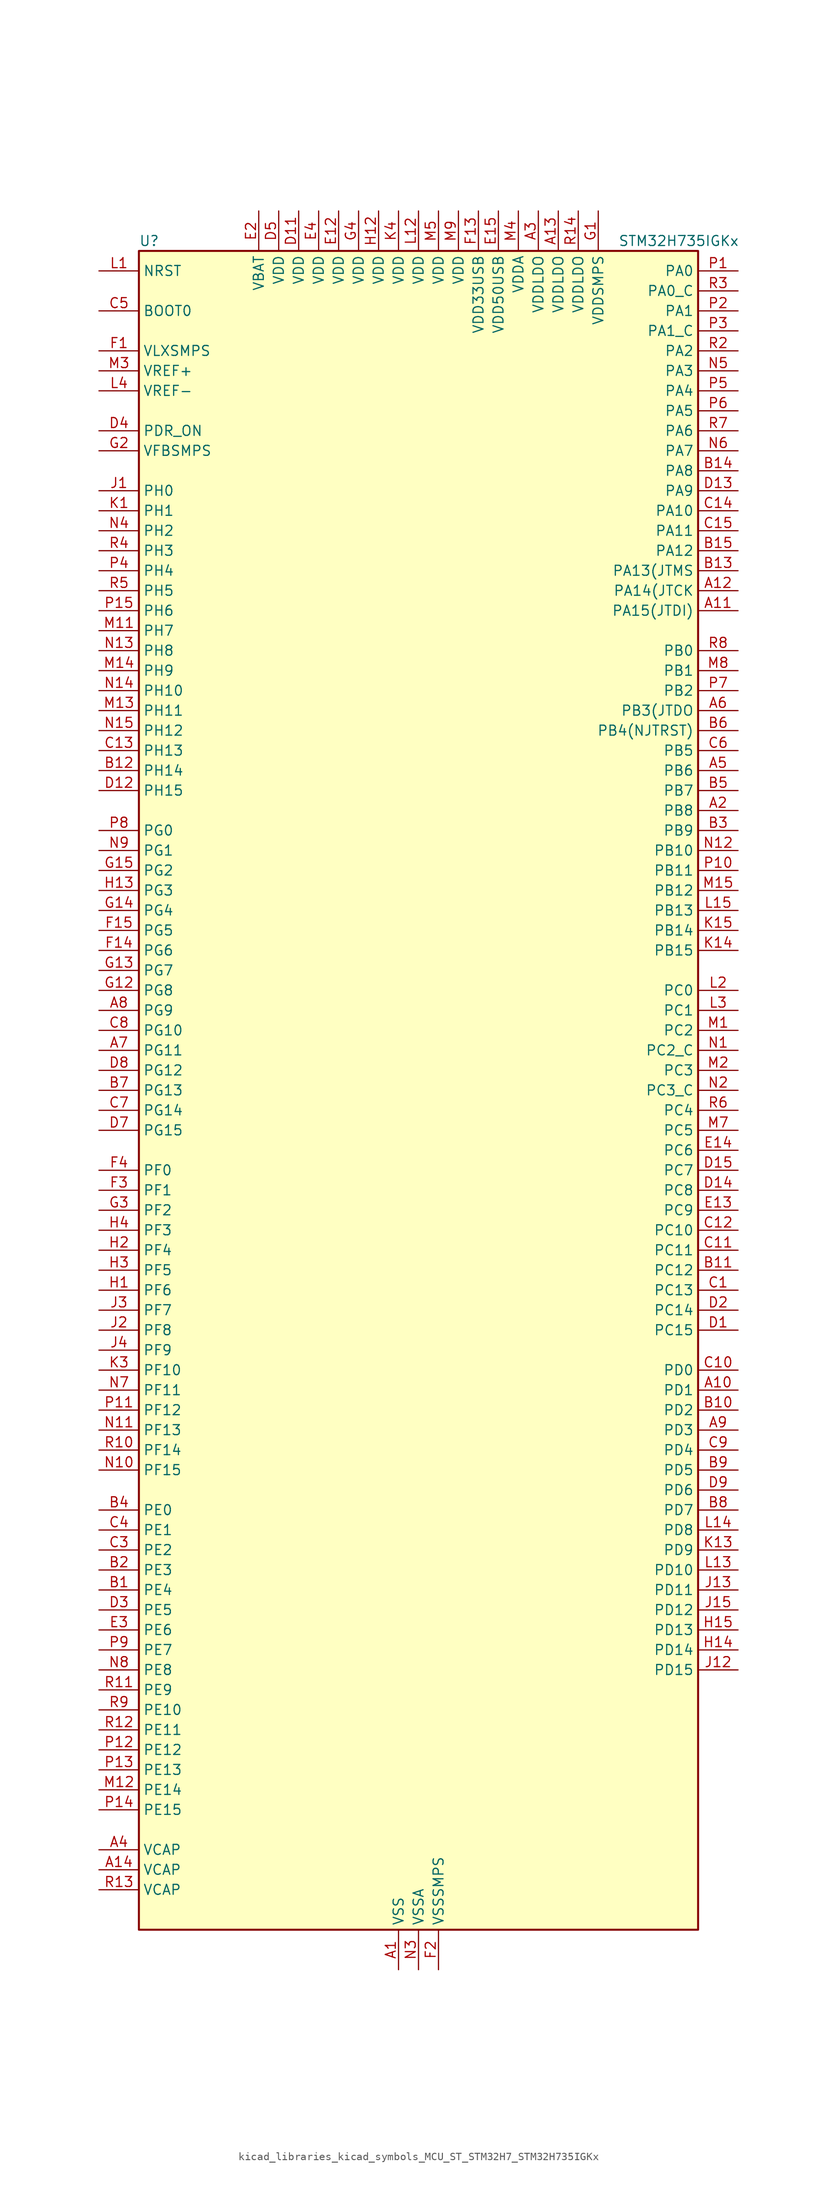
<source format=kicad_sym>
(kicad_symbol_lib
  (version 20220914)
  (generator kicad_symbol_editor)
  (symbol "kicad_libraries_kicad_symbols_MCU_ST_STM32H7_STM32H735IGKx"
    (property "Reference" "U"
      (at -35.56 107.95 0)
      (effects (font (size 1.27 1.27)) (justify left)))
    (property "Value" "STM32H735IGKx"
      (at 25.4 107.95 0)
      (effects (font (size 1.27 1.27)) (justify left)))
    (property "ki_locked" ""
      (at 0 0 0)
      (effects (font (size 1.27 1.27))))
    (symbol "kicad_libraries_kicad_symbols_MCU_ST_STM32H7_STM32H735IGKx_0_1"
      (rectangle (start -35.56 -106.68) (end 35.56 106.68) (stroke (width 0.254) (type default)) (fill (type background))))
    (symbol "kicad_libraries_kicad_symbols_MCU_ST_STM32H7_STM32H735IGKx_1_1"
      (pin power_in line (at -2.54 -111.76 90) (length 5.08) (name "VSS" (effects (font (size 1.27 1.27)))) (number "A1" (effects (font (size 1.27 1.27)))))
      (pin bidirectional line (at 40.64 -38.1 180) (length 5.08) (name "PD1" (effects (font (size 1.27 1.27)))) (number "A10" (effects (font (size 1.27 1.27)))) (alternate "DFSDM1_DATIN6" bidirectional line) (alternate "FDCAN1_TX" bidirectional line) (alternate "FMC_D3" bidirectional line) (alternate "FMC_DA3" bidirectional line) (alternate "UART4_TX" bidirectional line))
      (pin bidirectional line (at 40.64 60.96 180) (length 5.08) (name "PA15(JTDI)" (effects (font (size 1.27 1.27)))) (number "A11" (effects (font (size 1.27 1.27)))) (alternate "ADC1_EXTI15" bidirectional line) (alternate "ADC2_EXTI15" bidirectional line) (alternate "ADC3_EXTI15" bidirectional line) (alternate "CEC" bidirectional line) (alternate "DEBUG_JTDI" bidirectional line) (alternate "I2S1_WS" bidirectional line) (alternate "I2S3_WS" bidirectional line) (alternate "I2S6_WS" bidirectional line) (alternate "LTDC_B6" bidirectional line) (alternate "LTDC_R3" bidirectional line) (alternate "SPI1_NSS" bidirectional line) (alternate "SPI3_NSS" bidirectional line) (alternate "SPI6_NSS" bidirectional line) (alternate "TIM2_CH1" bidirectional line) (alternate "TIM2_ETR" bidirectional line) (alternate "UART4_DE" bidirectional line) (alternate "UART4_RTS" bidirectional line) (alternate "UART7_TX" bidirectional line))
      (pin bidirectional line (at 40.64 63.5 180) (length 5.08) (name "PA14(JTCK" (effects (font (size 1.27 1.27)))) (number "A12" (effects (font (size 1.27 1.27)))) (alternate "DEBUG_JTCK-SWCLK" bidirectional line))
      (pin power_in line (at 17.78 111.76 270) (length 5.08) (name "VDDLDO" (effects (font (size 1.27 1.27)))) (number "A13" (effects (font (size 1.27 1.27)))))
      (pin power_out line (at -40.64 -99.06 0) (length 5.08) (name "VCAP" (effects (font (size 1.27 1.27)))) (number "A14" (effects (font (size 1.27 1.27)))))
      (pin passive line (at -2.54 -111.76 90) (length 5.08) hide (name "VSS" (effects (font (size 1.27 1.27)))) (number "A15" (effects (font (size 1.27 1.27)))))
      (pin bidirectional line (at 40.64 35.56 180) (length 5.08) (name "PB8" (effects (font (size 1.27 1.27)))) (number "A2" (effects (font (size 1.27 1.27)))) (alternate "DCMI_D6" bidirectional line) (alternate "DFSDM1_CKIN7" bidirectional line) (alternate "ETH_TXD3" bidirectional line) (alternate "FDCAN1_RX" bidirectional line) (alternate "I2C1_SCL" bidirectional line) (alternate "I2C4_SCL" bidirectional line) (alternate "LTDC_B6" bidirectional line) (alternate "PSSI_D6" bidirectional line) (alternate "SDMMC1_CKIN" bidirectional line) (alternate "SDMMC1_D4" bidirectional line) (alternate "SDMMC2_D4" bidirectional line) (alternate "TIM16_CH1" bidirectional line) (alternate "TIM4_CH3" bidirectional line) (alternate "UART4_RX" bidirectional line))
      (pin power_in line (at 15.24 111.76 270) (length 5.08) (name "VDDLDO" (effects (font (size 1.27 1.27)))) (number "A3" (effects (font (size 1.27 1.27)))))
      (pin power_out line (at -40.64 -96.52 0) (length 5.08) (name "VCAP" (effects (font (size 1.27 1.27)))) (number "A4" (effects (font (size 1.27 1.27)))))
      (pin bidirectional line (at 40.64 40.64 180) (length 5.08) (name "PB6" (effects (font (size 1.27 1.27)))) (number "A5" (effects (font (size 1.27 1.27)))) (alternate "CEC" bidirectional line) (alternate "DCMI_D5" bidirectional line) (alternate "DFSDM1_DATIN5" bidirectional line) (alternate "FDCAN2_TX" bidirectional line) (alternate "FMC_SDNE1" bidirectional line) (alternate "I2C1_SCL" bidirectional line) (alternate "I2C4_SCL" bidirectional line) (alternate "LPUART1_TX" bidirectional line) (alternate "OCTOSPIM_P1_NCS" bidirectional line) (alternate "PSSI_D5" bidirectional line) (alternate "TIM16_CH1N" bidirectional line) (alternate "TIM4_CH1" bidirectional line) (alternate "UART5_TX" bidirectional line) (alternate "USART1_TX" bidirectional line))
      (pin bidirectional line (at 40.64 48.26 180) (length 5.08) (name "PB3(JTDO" (effects (font (size 1.27 1.27)))) (number "A6" (effects (font (size 1.27 1.27)))) (alternate "CRS_SYNC" bidirectional line) (alternate "DEBUG_JTDO-SWO" bidirectional line) (alternate "I2S1_CK" bidirectional line) (alternate "I2S3_CK" bidirectional line) (alternate "I2S6_CK" bidirectional line) (alternate "SDMMC2_D2" bidirectional line) (alternate "SPI1_SCK" bidirectional line) (alternate "SPI3_SCK" bidirectional line) (alternate "SPI6_SCK" bidirectional line) (alternate "TIM24_ETR" bidirectional line) (alternate "TIM2_CH2" bidirectional line) (alternate "UART7_RX" bidirectional line))
      (pin bidirectional line (at -40.64 5.08 0) (length 5.08) (name "PG11" (effects (font (size 1.27 1.27)))) (number "A7" (effects (font (size 1.27 1.27)))) (alternate "ADC1_EXTI11" bidirectional line) (alternate "ADC2_EXTI11" bidirectional line) (alternate "ADC3_EXTI11" bidirectional line) (alternate "DCMI_D3" bidirectional line) (alternate "ETH_TX_EN" bidirectional line) (alternate "I2S1_CK" bidirectional line) (alternate "LPTIM1_IN2" bidirectional line) (alternate "LTDC_B3" bidirectional line) (alternate "OCTOSPIM_P2_IO7" bidirectional line) (alternate "PSSI_D3" bidirectional line) (alternate "SDMMC2_D2" bidirectional line) (alternate "SPDIFRX1_IN0" bidirectional line) (alternate "SPI1_SCK" bidirectional line) (alternate "USART10_RX" bidirectional line))
      (pin bidirectional line (at -40.64 10.16 0) (length 5.08) (name "PG9" (effects (font (size 1.27 1.27)))) (number "A8" (effects (font (size 1.27 1.27)))) (alternate "DAC1_EXTI9" bidirectional line) (alternate "DCMI_VSYNC" bidirectional line) (alternate "FDCAN3_TX" bidirectional line) (alternate "FMC_NCE" bidirectional line) (alternate "FMC_NE2" bidirectional line) (alternate "I2S1_SDI" bidirectional line) (alternate "OCTOSPIM_P1_IO6" bidirectional line) (alternate "PSSI_RDY" bidirectional line) (alternate "SAI4_FS_B" bidirectional line) (alternate "SDMMC2_D0" bidirectional line) (alternate "SPDIFRX1_IN3" bidirectional line) (alternate "SPI1_MISO" bidirectional line) (alternate "USART6_RX" bidirectional line))
      (pin bidirectional line (at 40.64 -43.18 180) (length 5.08) (name "PD3" (effects (font (size 1.27 1.27)))) (number "A9" (effects (font (size 1.27 1.27)))) (alternate "DCMI_D5" bidirectional line) (alternate "DFSDM1_CKOUT" bidirectional line) (alternate "FMC_CLK" bidirectional line) (alternate "I2S2_CK" bidirectional line) (alternate "LTDC_G7" bidirectional line) (alternate "PSSI_D5" bidirectional line) (alternate "SPI2_SCK" bidirectional line) (alternate "USART2_CTS" bidirectional line) (alternate "USART2_NSS" bidirectional line))
      (pin bidirectional line (at -40.64 -63.5 0) (length 5.08) (name "PE4" (effects (font (size 1.27 1.27)))) (number "B1" (effects (font (size 1.27 1.27)))) (alternate "DCMI_D4" bidirectional line) (alternate "DEBUG_TRACED1" bidirectional line) (alternate "DFSDM1_DATIN3" bidirectional line) (alternate "FMC_A20" bidirectional line) (alternate "LTDC_B0" bidirectional line) (alternate "PSSI_D4" bidirectional line) (alternate "SAI1_D2" bidirectional line) (alternate "SAI1_FS_A" bidirectional line) (alternate "SAI4_D2" bidirectional line) (alternate "SAI4_FS_A" bidirectional line) (alternate "SPI4_NSS" bidirectional line) (alternate "TIM15_CH1N" bidirectional line))
      (pin bidirectional line (at 40.64 -40.64 180) (length 5.08) (name "PD2" (effects (font (size 1.27 1.27)))) (number "B10" (effects (font (size 1.27 1.27)))) (alternate "DCMI_D11" bidirectional line) (alternate "DEBUG_TRACED2" bidirectional line) (alternate "FMC_D7" bidirectional line) (alternate "FMC_DA7" bidirectional line) (alternate "LTDC_B2" bidirectional line) (alternate "LTDC_B7" bidirectional line) (alternate "PSSI_D11" bidirectional line) (alternate "SDMMC1_CMD" bidirectional line) (alternate "TIM15_BKIN" bidirectional line) (alternate "TIM3_ETR" bidirectional line) (alternate "UART5_RX" bidirectional line))
      (pin bidirectional line (at 40.64 -22.86 180) (length 5.08) (name "PC12" (effects (font (size 1.27 1.27)))) (number "B11" (effects (font (size 1.27 1.27)))) (alternate "DCMI_D9" bidirectional line) (alternate "DEBUG_TRACED3" bidirectional line) (alternate "FMC_D6" bidirectional line) (alternate "FMC_DA6" bidirectional line) (alternate "I2C5_SMBA" bidirectional line) (alternate "I2S3_SDO" bidirectional line) (alternate "I2S6_CK" bidirectional line) (alternate "LTDC_R6" bidirectional line) (alternate "PSSI_D9" bidirectional line) (alternate "SDMMC1_CK" bidirectional line) (alternate "SPI3_MOSI" bidirectional line) (alternate "SPI6_SCK" bidirectional line) (alternate "TIM15_CH1" bidirectional line) (alternate "UART5_TX" bidirectional line) (alternate "USART3_CK" bidirectional line))
      (pin bidirectional line (at -40.64 40.64 0) (length 5.08) (name "PH14" (effects (font (size 1.27 1.27)))) (number "B12" (effects (font (size 1.27 1.27)))) (alternate "DCMI_D4" bidirectional line) (alternate "FDCAN1_RX" bidirectional line) (alternate "FMC_D22" bidirectional line) (alternate "LTDC_G3" bidirectional line) (alternate "PSSI_D4" bidirectional line) (alternate "TIM8_CH2N" bidirectional line) (alternate "UART4_RX" bidirectional line))
      (pin bidirectional line (at 40.64 66.04 180) (length 5.08) (name "PA13(JTMS" (effects (font (size 1.27 1.27)))) (number "B13" (effects (font (size 1.27 1.27)))) (alternate "DEBUG_JTMS-SWDIO" bidirectional line))
      (pin bidirectional line (at 40.64 78.74 180) (length 5.08) (name "PA8" (effects (font (size 1.27 1.27)))) (number "B14" (effects (font (size 1.27 1.27)))) (alternate "I2C3_SCL" bidirectional line) (alternate "I2C5_SCL" bidirectional line) (alternate "LTDC_B3" bidirectional line) (alternate "LTDC_R6" bidirectional line) (alternate "RCC_MCO_1" bidirectional line) (alternate "TIM1_CH1" bidirectional line) (alternate "TIM8_BKIN2" bidirectional line) (alternate "TIM8_BKIN2_COMP1" bidirectional line) (alternate "TIM8_BKIN2_COMP2" bidirectional line) (alternate "UART7_RX" bidirectional line) (alternate "USART1_CK" bidirectional line) (alternate "USB_OTG_HS_SOF" bidirectional line))
      (pin bidirectional line (at 40.64 68.58 180) (length 5.08) (name "PA12" (effects (font (size 1.27 1.27)))) (number "B15" (effects (font (size 1.27 1.27)))) (alternate "FDCAN1_TX" bidirectional line) (alternate "I2S2_CK" bidirectional line) (alternate "LPUART1_DE" bidirectional line) (alternate "LPUART1_RTS" bidirectional line) (alternate "LTDC_R5" bidirectional line) (alternate "SAI4_FS_B" bidirectional line) (alternate "SPI2_SCK" bidirectional line) (alternate "TIM1_BKIN2" bidirectional line) (alternate "TIM1_ETR" bidirectional line) (alternate "UART4_TX" bidirectional line) (alternate "USART1_DE" bidirectional line) (alternate "USART1_RTS" bidirectional line) (alternate "USB_OTG_HS_DP" bidirectional line))
      (pin bidirectional line (at -40.64 -60.96 0) (length 5.08) (name "PE3" (effects (font (size 1.27 1.27)))) (number "B2" (effects (font (size 1.27 1.27)))) (alternate "DEBUG_TRACED0" bidirectional line) (alternate "FMC_A19" bidirectional line) (alternate "SAI1_SD_B" bidirectional line) (alternate "SAI4_SD_B" bidirectional line) (alternate "TIM15_BKIN" bidirectional line) (alternate "USART10_TX" bidirectional line))
      (pin bidirectional line (at 40.64 33.02 180) (length 5.08) (name "PB9" (effects (font (size 1.27 1.27)))) (number "B3" (effects (font (size 1.27 1.27)))) (alternate "DAC1_EXTI9" bidirectional line) (alternate "DCMI_D7" bidirectional line) (alternate "DFSDM1_DATIN7" bidirectional line) (alternate "FDCAN1_TX" bidirectional line) (alternate "I2C1_SDA" bidirectional line) (alternate "I2C4_SDA" bidirectional line) (alternate "I2C4_SMBA" bidirectional line) (alternate "I2S2_WS" bidirectional line) (alternate "LTDC_B7" bidirectional line) (alternate "PSSI_D7" bidirectional line) (alternate "SDMMC1_CDIR" bidirectional line) (alternate "SDMMC1_D5" bidirectional line) (alternate "SDMMC2_D5" bidirectional line) (alternate "SPI2_NSS" bidirectional line) (alternate "TIM17_CH1" bidirectional line) (alternate "TIM4_CH4" bidirectional line) (alternate "UART4_TX" bidirectional line))
      (pin bidirectional line (at -40.64 -53.34 0) (length 5.08) (name "PE0" (effects (font (size 1.27 1.27)))) (number "B4" (effects (font (size 1.27 1.27)))) (alternate "DCMI_D2" bidirectional line) (alternate "FMC_NBL0" bidirectional line) (alternate "LPTIM1_ETR" bidirectional line) (alternate "LPTIM2_ETR" bidirectional line) (alternate "LTDC_R0" bidirectional line) (alternate "PSSI_D2" bidirectional line) (alternate "SAI4_MCLK_A" bidirectional line) (alternate "TIM4_ETR" bidirectional line) (alternate "UART8_RX" bidirectional line))
      (pin bidirectional line (at 40.64 38.1 180) (length 5.08) (name "PB7" (effects (font (size 1.27 1.27)))) (number "B5" (effects (font (size 1.27 1.27)))) (alternate "DCMI_VSYNC" bidirectional line) (alternate "DFSDM1_CKIN5" bidirectional line) (alternate "FMC_NL" bidirectional line) (alternate "I2C1_SDA" bidirectional line) (alternate "I2C4_SDA" bidirectional line) (alternate "LPUART1_RX" bidirectional line) (alternate "PSSI_RDY" bidirectional line) (alternate "PWR_PVD_IN" bidirectional line) (alternate "TIM17_CH1N" bidirectional line) (alternate "TIM4_CH2" bidirectional line) (alternate "USART1_RX" bidirectional line))
      (pin bidirectional line (at 40.64 45.72 180) (length 5.08) (name "PB4(NJTRST)" (effects (font (size 1.27 1.27)))) (number "B6" (effects (font (size 1.27 1.27)))) (alternate "DEBUG_JTRST" bidirectional line) (alternate "I2S1_SDI" bidirectional line) (alternate "I2S2_WS" bidirectional line) (alternate "I2S3_SDI" bidirectional line) (alternate "I2S6_SDI" bidirectional line) (alternate "SDMMC2_D3" bidirectional line) (alternate "SPI1_MISO" bidirectional line) (alternate "SPI2_NSS" bidirectional line) (alternate "SPI3_MISO" bidirectional line) (alternate "SPI6_MISO" bidirectional line) (alternate "TIM16_BKIN" bidirectional line) (alternate "TIM3_CH1" bidirectional line) (alternate "UART7_TX" bidirectional line))
      (pin bidirectional line (at -40.64 0 0) (length 5.08) (name "PG13" (effects (font (size 1.27 1.27)))) (number "B7" (effects (font (size 1.27 1.27)))) (alternate "DEBUG_TRACED0" bidirectional line) (alternate "ETH_TXD0" bidirectional line) (alternate "FMC_A24" bidirectional line) (alternate "I2S6_CK" bidirectional line) (alternate "LPTIM1_OUT" bidirectional line) (alternate "LTDC_R0" bidirectional line) (alternate "SDMMC2_D6" bidirectional line) (alternate "SPI6_SCK" bidirectional line) (alternate "TIM23_CH2" bidirectional line) (alternate "USART10_CTS" bidirectional line) (alternate "USART10_NSS" bidirectional line) (alternate "USART6_CTS" bidirectional line) (alternate "USART6_NSS" bidirectional line))
      (pin bidirectional line (at 40.64 -53.34 180) (length 5.08) (name "PD7" (effects (font (size 1.27 1.27)))) (number "B8" (effects (font (size 1.27 1.27)))) (alternate "DFSDM1_CKIN1" bidirectional line) (alternate "DFSDM1_DATIN4" bidirectional line) (alternate "FMC_NE1" bidirectional line) (alternate "I2S1_SDO" bidirectional line) (alternate "OCTOSPIM_P1_IO7" bidirectional line) (alternate "SDMMC2_CMD" bidirectional line) (alternate "SPDIFRX1_IN0" bidirectional line) (alternate "SPI1_MOSI" bidirectional line) (alternate "USART2_CK" bidirectional line))
      (pin bidirectional line (at 40.64 -48.26 180) (length 5.08) (name "PD5" (effects (font (size 1.27 1.27)))) (number "B9" (effects (font (size 1.27 1.27)))) (alternate "FMC_NWE" bidirectional line) (alternate "OCTOSPIM_P1_IO5" bidirectional line) (alternate "USART2_TX" bidirectional line))
      (pin bidirectional line (at 40.64 -25.4 180) (length 5.08) (name "PC13" (effects (font (size 1.27 1.27)))) (number "C1" (effects (font (size 1.27 1.27)))) (alternate "PWR_WKUP4" bidirectional line) (alternate "RTC_OUT_ALARM" bidirectional line) (alternate "RTC_OUT_CALIB" bidirectional line) (alternate "RTC_TAMP1" bidirectional line) (alternate "RTC_TS" bidirectional line))
      (pin bidirectional line (at 40.64 -35.56 180) (length 5.08) (name "PD0" (effects (font (size 1.27 1.27)))) (number "C10" (effects (font (size 1.27 1.27)))) (alternate "DFSDM1_CKIN6" bidirectional line) (alternate "FDCAN1_RX" bidirectional line) (alternate "FMC_D2" bidirectional line) (alternate "FMC_DA2" bidirectional line) (alternate "LTDC_B1" bidirectional line) (alternate "UART4_RX" bidirectional line) (alternate "UART9_CTS" bidirectional line))
      (pin bidirectional line (at 40.64 -20.32 180) (length 5.08) (name "PC11" (effects (font (size 1.27 1.27)))) (number "C11" (effects (font (size 1.27 1.27)))) (alternate "ADC1_EXTI11" bidirectional line) (alternate "ADC2_EXTI11" bidirectional line) (alternate "ADC3_EXTI11" bidirectional line) (alternate "DCMI_D4" bidirectional line) (alternate "DFSDM1_DATIN5" bidirectional line) (alternate "I2C5_SCL" bidirectional line) (alternate "I2S3_SDI" bidirectional line) (alternate "LTDC_B4" bidirectional line) (alternate "OCTOSPIM_P1_NCS" bidirectional line) (alternate "PSSI_D4" bidirectional line) (alternate "SDMMC1_D3" bidirectional line) (alternate "SPI3_MISO" bidirectional line) (alternate "UART4_RX" bidirectional line) (alternate "USART3_RX" bidirectional line))
      (pin bidirectional line (at 40.64 -17.78 180) (length 5.08) (name "PC10" (effects (font (size 1.27 1.27)))) (number "C12" (effects (font (size 1.27 1.27)))) (alternate "DCMI_D8" bidirectional line) (alternate "DFSDM1_CKIN5" bidirectional line) (alternate "I2C5_SDA" bidirectional line) (alternate "I2S3_CK" bidirectional line) (alternate "LTDC_B1" bidirectional line) (alternate "LTDC_R2" bidirectional line) (alternate "OCTOSPIM_P1_IO1" bidirectional line) (alternate "PSSI_D8" bidirectional line) (alternate "SDMMC1_D2" bidirectional line) (alternate "SPI3_SCK" bidirectional line) (alternate "SWPMI1_RX" bidirectional line) (alternate "UART4_TX" bidirectional line) (alternate "USART3_TX" bidirectional line))
      (pin bidirectional line (at -40.64 43.18 0) (length 5.08) (name "PH13" (effects (font (size 1.27 1.27)))) (number "C13" (effects (font (size 1.27 1.27)))) (alternate "FDCAN1_TX" bidirectional line) (alternate "FMC_D21" bidirectional line) (alternate "LTDC_G2" bidirectional line) (alternate "TIM8_CH1N" bidirectional line) (alternate "UART4_TX" bidirectional line))
      (pin bidirectional line (at 40.64 73.66 180) (length 5.08) (name "PA10" (effects (font (size 1.27 1.27)))) (number "C14" (effects (font (size 1.27 1.27)))) (alternate "DCMI_D1" bidirectional line) (alternate "LPUART1_RX" bidirectional line) (alternate "LTDC_B1" bidirectional line) (alternate "LTDC_B4" bidirectional line) (alternate "MDIOS_MDIO" bidirectional line) (alternate "PSSI_D1" bidirectional line) (alternate "TIM1_CH3" bidirectional line) (alternate "USART1_RX" bidirectional line) (alternate "USB_OTG_HS_ID" bidirectional line))
      (pin bidirectional line (at 40.64 71.12 180) (length 5.08) (name "PA11" (effects (font (size 1.27 1.27)))) (number "C15" (effects (font (size 1.27 1.27)))) (alternate "ADC1_EXTI11" bidirectional line) (alternate "ADC2_EXTI11" bidirectional line) (alternate "ADC3_EXTI11" bidirectional line) (alternate "FDCAN1_RX" bidirectional line) (alternate "I2S2_WS" bidirectional line) (alternate "LPUART1_CTS" bidirectional line) (alternate "LTDC_R4" bidirectional line) (alternate "SPI2_NSS" bidirectional line) (alternate "TIM1_CH4" bidirectional line) (alternate "UART4_RX" bidirectional line) (alternate "USART1_CTS" bidirectional line) (alternate "USART1_NSS" bidirectional line) (alternate "USB_OTG_HS_DM" bidirectional line))
      (pin passive line (at -2.54 -111.76 90) (length 5.08) hide (name "VSS" (effects (font (size 1.27 1.27)))) (number "C2" (effects (font (size 1.27 1.27)))))
      (pin bidirectional line (at -40.64 -58.42 0) (length 5.08) (name "PE2" (effects (font (size 1.27 1.27)))) (number "C3" (effects (font (size 1.27 1.27)))) (alternate "DEBUG_TRACECLK" bidirectional line) (alternate "ETH_TXD3" bidirectional line) (alternate "FMC_A23" bidirectional line) (alternate "OCTOSPIM_P1_IO2" bidirectional line) (alternate "SAI1_CK1" bidirectional line) (alternate "SAI1_MCLK_A" bidirectional line) (alternate "SAI4_CK1" bidirectional line) (alternate "SAI4_MCLK_A" bidirectional line) (alternate "SPI4_SCK" bidirectional line) (alternate "USART10_RX" bidirectional line))
      (pin bidirectional line (at -40.64 -55.88 0) (length 5.08) (name "PE1" (effects (font (size 1.27 1.27)))) (number "C4" (effects (font (size 1.27 1.27)))) (alternate "DCMI_D3" bidirectional line) (alternate "FMC_NBL1" bidirectional line) (alternate "LPTIM1_IN2" bidirectional line) (alternate "LTDC_R6" bidirectional line) (alternate "PSSI_D3" bidirectional line) (alternate "UART8_TX" bidirectional line))
      (pin input line (at -40.64 99.06 0) (length 5.08) (name "BOOT0" (effects (font (size 1.27 1.27)))) (number "C5" (effects (font (size 1.27 1.27)))))
      (pin bidirectional line (at 40.64 43.18 180) (length 5.08) (name "PB5" (effects (font (size 1.27 1.27)))) (number "C6" (effects (font (size 1.27 1.27)))) (alternate "DCMI_D10" bidirectional line) (alternate "ETH_PPS_OUT" bidirectional line) (alternate "FDCAN2_RX" bidirectional line) (alternate "FMC_SDCKE1" bidirectional line) (alternate "I2C1_SMBA" bidirectional line) (alternate "I2C4_SMBA" bidirectional line) (alternate "I2S1_SDO" bidirectional line) (alternate "I2S3_SDO" bidirectional line) (alternate "I2S6_SDO" bidirectional line) (alternate "LTDC_B5" bidirectional line) (alternate "PSSI_D10" bidirectional line) (alternate "SPI1_MOSI" bidirectional line) (alternate "SPI3_MOSI" bidirectional line) (alternate "SPI6_MOSI" bidirectional line) (alternate "TIM17_BKIN" bidirectional line) (alternate "TIM3_CH2" bidirectional line) (alternate "UART5_RX" bidirectional line) (alternate "USB_OTG_HS_ULPI_D7" bidirectional line))
      (pin bidirectional line (at -40.64 -2.54 0) (length 5.08) (name "PG14" (effects (font (size 1.27 1.27)))) (number "C7" (effects (font (size 1.27 1.27)))) (alternate "DEBUG_TRACED1" bidirectional line) (alternate "ETH_TXD1" bidirectional line) (alternate "FMC_A25" bidirectional line) (alternate "I2S6_SDO" bidirectional line) (alternate "LPTIM1_ETR" bidirectional line) (alternate "LTDC_B0" bidirectional line) (alternate "OCTOSPIM_P1_IO7" bidirectional line) (alternate "SDMMC2_D7" bidirectional line) (alternate "SPI6_MOSI" bidirectional line) (alternate "TIM23_CH3" bidirectional line) (alternate "USART10_DE" bidirectional line) (alternate "USART10_RTS" bidirectional line) (alternate "USART6_TX" bidirectional line))
      (pin bidirectional line (at -40.64 7.62 0) (length 5.08) (name "PG10" (effects (font (size 1.27 1.27)))) (number "C8" (effects (font (size 1.27 1.27)))) (alternate "DCMI_D2" bidirectional line) (alternate "FDCAN3_RX" bidirectional line) (alternate "FMC_NE3" bidirectional line) (alternate "I2S1_WS" bidirectional line) (alternate "LTDC_B2" bidirectional line) (alternate "LTDC_G3" bidirectional line) (alternate "OCTOSPIM_P2_IO6" bidirectional line) (alternate "PSSI_D2" bidirectional line) (alternate "SAI4_SD_B" bidirectional line) (alternate "SDMMC2_D1" bidirectional line) (alternate "SPI1_NSS" bidirectional line))
      (pin bidirectional line (at 40.64 -45.72 180) (length 5.08) (name "PD4" (effects (font (size 1.27 1.27)))) (number "C9" (effects (font (size 1.27 1.27)))) (alternate "FMC_NOE" bidirectional line) (alternate "OCTOSPIM_P1_IO4" bidirectional line) (alternate "USART2_DE" bidirectional line) (alternate "USART2_RTS" bidirectional line))
      (pin bidirectional line (at 40.64 -30.48 180) (length 5.08) (name "PC15" (effects (font (size 1.27 1.27)))) (number "D1" (effects (font (size 1.27 1.27)))) (alternate "ADC1_EXTI15" bidirectional line) (alternate "ADC2_EXTI15" bidirectional line) (alternate "ADC3_EXTI15" bidirectional line) (alternate "RCC_OSC32_OUT" bidirectional line))
      (pin passive line (at -2.54 -111.76 90) (length 5.08) hide (name "VSS" (effects (font (size 1.27 1.27)))) (number "D10" (effects (font (size 1.27 1.27)))))
      (pin power_in line (at -15.24 111.76 270) (length 5.08) (name "VDD" (effects (font (size 1.27 1.27)))) (number "D11" (effects (font (size 1.27 1.27)))))
      (pin bidirectional line (at -40.64 38.1 0) (length 5.08) (name "PH15" (effects (font (size 1.27 1.27)))) (number "D12" (effects (font (size 1.27 1.27)))) (alternate "ADC1_EXTI15" bidirectional line) (alternate "ADC2_EXTI15" bidirectional line) (alternate "ADC3_EXTI15" bidirectional line) (alternate "DCMI_D11" bidirectional line) (alternate "FMC_D23" bidirectional line) (alternate "LTDC_G4" bidirectional line) (alternate "PSSI_D11" bidirectional line) (alternate "TIM8_CH3N" bidirectional line))
      (pin bidirectional line (at 40.64 76.2 180) (length 5.08) (name "PA9" (effects (font (size 1.27 1.27)))) (number "D13" (effects (font (size 1.27 1.27)))) (alternate "DAC1_EXTI9" bidirectional line) (alternate "DCMI_D0" bidirectional line) (alternate "ETH_TX_ER" bidirectional line) (alternate "I2C3_SMBA" bidirectional line) (alternate "I2C5_SMBA" bidirectional line) (alternate "I2S2_CK" bidirectional line) (alternate "LPUART1_TX" bidirectional line) (alternate "LTDC_R5" bidirectional line) (alternate "PSSI_D0" bidirectional line) (alternate "SPI2_SCK" bidirectional line) (alternate "TIM1_CH2" bidirectional line) (alternate "USART1_TX" bidirectional line) (alternate "USB_OTG_HS_VBUS" bidirectional line))
      (pin bidirectional line (at 40.64 -12.7 180) (length 5.08) (name "PC8" (effects (font (size 1.27 1.27)))) (number "D14" (effects (font (size 1.27 1.27)))) (alternate "DCMI_D2" bidirectional line) (alternate "DEBUG_TRACED1" bidirectional line) (alternate "FMC_INT" bidirectional line) (alternate "FMC_NCE" bidirectional line) (alternate "FMC_NE2" bidirectional line) (alternate "PSSI_D2" bidirectional line) (alternate "SDMMC1_D0" bidirectional line) (alternate "SWPMI1_RX" bidirectional line) (alternate "TIM3_CH3" bidirectional line) (alternate "TIM8_CH3" bidirectional line) (alternate "UART5_DE" bidirectional line) (alternate "UART5_RTS" bidirectional line) (alternate "USART6_CK" bidirectional line))
      (pin bidirectional line (at 40.64 -10.16 180) (length 5.08) (name "PC7" (effects (font (size 1.27 1.27)))) (number "D15" (effects (font (size 1.27 1.27)))) (alternate "DCMI_D1" bidirectional line) (alternate "DEBUG_TRGIO" bidirectional line) (alternate "DFSDM1_DATIN3" bidirectional line) (alternate "FMC_NE1" bidirectional line) (alternate "I2S3_MCK" bidirectional line) (alternate "LTDC_G6" bidirectional line) (alternate "PSSI_D1" bidirectional line) (alternate "SDMMC1_D123DIR" bidirectional line) (alternate "SDMMC1_D7" bidirectional line) (alternate "SDMMC2_D7" bidirectional line) (alternate "SWPMI1_TX" bidirectional line) (alternate "TIM3_CH2" bidirectional line) (alternate "TIM8_CH2" bidirectional line) (alternate "USART6_RX" bidirectional line))
      (pin bidirectional line (at 40.64 -27.94 180) (length 5.08) (name "PC14" (effects (font (size 1.27 1.27)))) (number "D2" (effects (font (size 1.27 1.27)))) (alternate "RCC_OSC32_IN" bidirectional line))
      (pin bidirectional line (at -40.64 -66.04 0) (length 5.08) (name "PE5" (effects (font (size 1.27 1.27)))) (number "D3" (effects (font (size 1.27 1.27)))) (alternate "DCMI_D6" bidirectional line) (alternate "DEBUG_TRACED2" bidirectional line) (alternate "DFSDM1_CKIN3" bidirectional line) (alternate "FMC_A21" bidirectional line) (alternate "LTDC_G0" bidirectional line) (alternate "PSSI_D6" bidirectional line) (alternate "SAI1_CK2" bidirectional line) (alternate "SAI1_SCK_A" bidirectional line) (alternate "SAI4_CK2" bidirectional line) (alternate "SAI4_SCK_A" bidirectional line) (alternate "SPI4_MISO" bidirectional line) (alternate "TIM15_CH1" bidirectional line))
      (pin input line (at -40.64 83.82 0) (length 5.08) (name "PDR_ON" (effects (font (size 1.27 1.27)))) (number "D4" (effects (font (size 1.27 1.27)))))
      (pin power_in line (at -17.78 111.76 270) (length 5.08) (name "VDD" (effects (font (size 1.27 1.27)))) (number "D5" (effects (font (size 1.27 1.27)))))
      (pin passive line (at -2.54 -111.76 90) (length 5.08) hide (name "VSS" (effects (font (size 1.27 1.27)))) (number "D6" (effects (font (size 1.27 1.27)))))
      (pin bidirectional line (at -40.64 -5.08 0) (length 5.08) (name "PG15" (effects (font (size 1.27 1.27)))) (number "D7" (effects (font (size 1.27 1.27)))) (alternate "ADC1_EXTI15" bidirectional line) (alternate "ADC2_EXTI15" bidirectional line) (alternate "ADC3_EXTI15" bidirectional line) (alternate "DCMI_D13" bidirectional line) (alternate "FMC_SDNCAS" bidirectional line) (alternate "OCTOSPIM_P2_DQS" bidirectional line) (alternate "PSSI_D13" bidirectional line) (alternate "USART10_CK" bidirectional line) (alternate "USART6_CTS" bidirectional line) (alternate "USART6_NSS" bidirectional line))
      (pin bidirectional line (at -40.64 2.54 0) (length 5.08) (name "PG12" (effects (font (size 1.27 1.27)))) (number "D8" (effects (font (size 1.27 1.27)))) (alternate "ETH_TXD1" bidirectional line) (alternate "FMC_NE4" bidirectional line) (alternate "I2S6_SDI" bidirectional line) (alternate "LPTIM1_IN1" bidirectional line) (alternate "LTDC_B1" bidirectional line) (alternate "LTDC_B4" bidirectional line) (alternate "OCTOSPIM_P2_NCS" bidirectional line) (alternate "SDMMC2_D3" bidirectional line) (alternate "SPDIFRX1_IN1" bidirectional line) (alternate "SPI6_MISO" bidirectional line) (alternate "TIM23_CH1" bidirectional line) (alternate "USART10_TX" bidirectional line) (alternate "USART6_DE" bidirectional line) (alternate "USART6_RTS" bidirectional line))
      (pin bidirectional line (at 40.64 -50.8 180) (length 5.08) (name "PD6" (effects (font (size 1.27 1.27)))) (number "D9" (effects (font (size 1.27 1.27)))) (alternate "DCMI_D10" bidirectional line) (alternate "DFSDM1_CKIN4" bidirectional line) (alternate "DFSDM1_DATIN1" bidirectional line) (alternate "FMC_NWAIT" bidirectional line) (alternate "I2S3_SDO" bidirectional line) (alternate "LTDC_B2" bidirectional line) (alternate "OCTOSPIM_P1_IO6" bidirectional line) (alternate "PSSI_D10" bidirectional line) (alternate "SAI1_D1" bidirectional line) (alternate "SAI1_SD_A" bidirectional line) (alternate "SAI4_D1" bidirectional line) (alternate "SAI4_SD_A" bidirectional line) (alternate "SDMMC2_CK" bidirectional line) (alternate "SPI3_MOSI" bidirectional line) (alternate "USART2_RX" bidirectional line))
      (pin passive line (at -2.54 -111.76 90) (length 5.08) hide (name "VSS" (effects (font (size 1.27 1.27)))) (number "E1" (effects (font (size 1.27 1.27)))))
      (pin power_in line (at -10.16 111.76 270) (length 5.08) (name "VDD" (effects (font (size 1.27 1.27)))) (number "E12" (effects (font (size 1.27 1.27)))))
      (pin bidirectional line (at 40.64 -15.24 180) (length 5.08) (name "PC9" (effects (font (size 1.27 1.27)))) (number "E13" (effects (font (size 1.27 1.27)))) (alternate "DAC1_EXTI9" bidirectional line) (alternate "DCMI_D3" bidirectional line) (alternate "I2C3_SDA" bidirectional line) (alternate "I2C5_SDA" bidirectional line) (alternate "I2S_CKIN" bidirectional line) (alternate "LTDC_B2" bidirectional line) (alternate "LTDC_G3" bidirectional line) (alternate "OCTOSPIM_P1_IO0" bidirectional line) (alternate "PSSI_D3" bidirectional line) (alternate "RCC_MCO_2" bidirectional line) (alternate "SDMMC1_D1" bidirectional line) (alternate "SWPMI1_SUSPEND" bidirectional line) (alternate "TIM3_CH4" bidirectional line) (alternate "TIM8_CH4" bidirectional line) (alternate "UART5_CTS" bidirectional line))
      (pin bidirectional line (at 40.64 -7.62 180) (length 5.08) (name "PC6" (effects (font (size 1.27 1.27)))) (number "E14" (effects (font (size 1.27 1.27)))) (alternate "DCMI_D0" bidirectional line) (alternate "DFSDM1_CKIN3" bidirectional line) (alternate "FMC_NWAIT" bidirectional line) (alternate "I2S2_MCK" bidirectional line) (alternate "LTDC_HSYNC" bidirectional line) (alternate "PSSI_D0" bidirectional line) (alternate "SDMMC1_D0DIR" bidirectional line) (alternate "SDMMC1_D6" bidirectional line) (alternate "SDMMC2_D6" bidirectional line) (alternate "SWPMI1_IO" bidirectional line) (alternate "TIM3_CH1" bidirectional line) (alternate "TIM8_CH1" bidirectional line) (alternate "USART6_TX" bidirectional line))
      (pin power_in line (at 10.16 111.76 270) (length 5.08) (name "VDD50USB" (effects (font (size 1.27 1.27)))) (number "E15" (effects (font (size 1.27 1.27)))))
      (pin power_in line (at -20.32 111.76 270) (length 5.08) (name "VBAT" (effects (font (size 1.27 1.27)))) (number "E2" (effects (font (size 1.27 1.27)))))
      (pin bidirectional line (at -40.64 -68.58 0) (length 5.08) (name "PE6" (effects (font (size 1.27 1.27)))) (number "E3" (effects (font (size 1.27 1.27)))) (alternate "DCMI_D7" bidirectional line) (alternate "DEBUG_TRACED3" bidirectional line) (alternate "FMC_A22" bidirectional line) (alternate "LTDC_G1" bidirectional line) (alternate "PSSI_D7" bidirectional line) (alternate "SAI1_D1" bidirectional line) (alternate "SAI1_SD_A" bidirectional line) (alternate "SAI4_D1" bidirectional line) (alternate "SAI4_MCLK_B" bidirectional line) (alternate "SAI4_SD_A" bidirectional line) (alternate "SPI4_MOSI" bidirectional line) (alternate "TIM15_CH2" bidirectional line) (alternate "TIM1_BKIN2" bidirectional line) (alternate "TIM1_BKIN2_COMP1" bidirectional line) (alternate "TIM1_BKIN2_COMP2" bidirectional line))
      (pin power_in line (at -12.7 111.76 270) (length 5.08) (name "VDD" (effects (font (size 1.27 1.27)))) (number "E4" (effects (font (size 1.27 1.27)))))
      (pin power_in line (at -40.64 93.98 0) (length 5.08) (name "VLXSMPS" (effects (font (size 1.27 1.27)))) (number "F1" (effects (font (size 1.27 1.27)))))
      (pin passive line (at -2.54 -111.76 90) (length 5.08) hide (name "VSS" (effects (font (size 1.27 1.27)))) (number "F10" (effects (font (size 1.27 1.27)))))
      (pin passive line (at -2.54 -111.76 90) (length 5.08) hide (name "VSS" (effects (font (size 1.27 1.27)))) (number "F12" (effects (font (size 1.27 1.27)))))
      (pin power_in line (at 7.62 111.76 270) (length 5.08) (name "VDD33USB" (effects (font (size 1.27 1.27)))) (number "F13" (effects (font (size 1.27 1.27)))))
      (pin bidirectional line (at -40.64 17.78 0) (length 5.08) (name "PG6" (effects (font (size 1.27 1.27)))) (number "F14" (effects (font (size 1.27 1.27)))) (alternate "DCMI_D12" bidirectional line) (alternate "FMC_NE3" bidirectional line) (alternate "LTDC_R7" bidirectional line) (alternate "OCTOSPIM_P1_NCS" bidirectional line) (alternate "PSSI_D12" bidirectional line) (alternate "TIM17_BKIN" bidirectional line))
      (pin bidirectional line (at -40.64 20.32 0) (length 5.08) (name "PG5" (effects (font (size 1.27 1.27)))) (number "F15" (effects (font (size 1.27 1.27)))) (alternate "FMC_A15" bidirectional line) (alternate "FMC_BA1" bidirectional line) (alternate "TIM1_ETR" bidirectional line))
      (pin power_in line (at 2.54 -111.76 90) (length 5.08) (name "VSSSMPS" (effects (font (size 1.27 1.27)))) (number "F2" (effects (font (size 1.27 1.27)))))
      (pin bidirectional line (at -40.64 -12.7 0) (length 5.08) (name "PF1" (effects (font (size 1.27 1.27)))) (number "F3" (effects (font (size 1.27 1.27)))) (alternate "FMC_A1" bidirectional line) (alternate "I2C2_SCL" bidirectional line) (alternate "I2C5_SCL" bidirectional line) (alternate "OCTOSPIM_P2_IO1" bidirectional line) (alternate "TIM23_CH2" bidirectional line))
      (pin bidirectional line (at -40.64 -10.16 0) (length 5.08) (name "PF0" (effects (font (size 1.27 1.27)))) (number "F4" (effects (font (size 1.27 1.27)))) (alternate "FMC_A0" bidirectional line) (alternate "I2C2_SDA" bidirectional line) (alternate "I2C5_SDA" bidirectional line) (alternate "OCTOSPIM_P2_IO0" bidirectional line) (alternate "TIM23_CH1" bidirectional line))
      (pin passive line (at -2.54 -111.76 90) (length 5.08) hide (name "VSS" (effects (font (size 1.27 1.27)))) (number "F6" (effects (font (size 1.27 1.27)))))
      (pin passive line (at -2.54 -111.76 90) (length 5.08) hide (name "VSS" (effects (font (size 1.27 1.27)))) (number "F7" (effects (font (size 1.27 1.27)))))
      (pin passive line (at -2.54 -111.76 90) (length 5.08) hide (name "VSS" (effects (font (size 1.27 1.27)))) (number "F8" (effects (font (size 1.27 1.27)))))
      (pin passive line (at -2.54 -111.76 90) (length 5.08) hide (name "VSS" (effects (font (size 1.27 1.27)))) (number "F9" (effects (font (size 1.27 1.27)))))
      (pin power_in line (at 22.86 111.76 270) (length 5.08) (name "VDDSMPS" (effects (font (size 1.27 1.27)))) (number "G1" (effects (font (size 1.27 1.27)))))
      (pin passive line (at -2.54 -111.76 90) (length 5.08) hide (name "VSS" (effects (font (size 1.27 1.27)))) (number "G10" (effects (font (size 1.27 1.27)))))
      (pin bidirectional line (at -40.64 12.7 0) (length 5.08) (name "PG8" (effects (font (size 1.27 1.27)))) (number "G12" (effects (font (size 1.27 1.27)))) (alternate "ETH_PPS_OUT" bidirectional line) (alternate "FMC_SDCLK" bidirectional line) (alternate "I2S6_WS" bidirectional line) (alternate "LTDC_G7" bidirectional line) (alternate "SPDIFRX1_IN2" bidirectional line) (alternate "SPI6_NSS" bidirectional line) (alternate "TIM8_ETR" bidirectional line) (alternate "USART6_DE" bidirectional line) (alternate "USART6_RTS" bidirectional line))
      (pin bidirectional line (at -40.64 15.24 0) (length 5.08) (name "PG7" (effects (font (size 1.27 1.27)))) (number "G13" (effects (font (size 1.27 1.27)))) (alternate "DCMI_D13" bidirectional line) (alternate "FMC_INT" bidirectional line) (alternate "LTDC_CLK" bidirectional line) (alternate "OCTOSPIM_P2_DQS" bidirectional line) (alternate "PSSI_D13" bidirectional line) (alternate "SAI1_MCLK_A" bidirectional line) (alternate "USART6_CK" bidirectional line))
      (pin bidirectional line (at -40.64 22.86 0) (length 5.08) (name "PG4" (effects (font (size 1.27 1.27)))) (number "G14" (effects (font (size 1.27 1.27)))) (alternate "FMC_A14" bidirectional line) (alternate "FMC_BA0" bidirectional line) (alternate "TIM1_BKIN2" bidirectional line) (alternate "TIM1_BKIN2_COMP1" bidirectional line) (alternate "TIM1_BKIN2_COMP2" bidirectional line))
      (pin bidirectional line (at -40.64 27.94 0) (length 5.08) (name "PG2" (effects (font (size 1.27 1.27)))) (number "G15" (effects (font (size 1.27 1.27)))) (alternate "FMC_A12" bidirectional line) (alternate "TIM24_ETR" bidirectional line) (alternate "TIM8_BKIN" bidirectional line) (alternate "TIM8_BKIN_COMP1" bidirectional line) (alternate "TIM8_BKIN_COMP2" bidirectional line))
      (pin input line (at -40.64 81.28 0) (length 5.08) (name "VFBSMPS" (effects (font (size 1.27 1.27)))) (number "G2" (effects (font (size 1.27 1.27)))))
      (pin bidirectional line (at -40.64 -15.24 0) (length 5.08) (name "PF2" (effects (font (size 1.27 1.27)))) (number "G3" (effects (font (size 1.27 1.27)))) (alternate "FMC_A2" bidirectional line) (alternate "I2C2_SMBA" bidirectional line) (alternate "I2C5_SMBA" bidirectional line) (alternate "OCTOSPIM_P2_IO2" bidirectional line) (alternate "TIM23_CH3" bidirectional line))
      (pin power_in line (at -7.62 111.76 270) (length 5.08) (name "VDD" (effects (font (size 1.27 1.27)))) (number "G4" (effects (font (size 1.27 1.27)))))
      (pin passive line (at -2.54 -111.76 90) (length 5.08) hide (name "VSS" (effects (font (size 1.27 1.27)))) (number "G6" (effects (font (size 1.27 1.27)))))
      (pin passive line (at -2.54 -111.76 90) (length 5.08) hide (name "VSS" (effects (font (size 1.27 1.27)))) (number "G7" (effects (font (size 1.27 1.27)))))
      (pin passive line (at -2.54 -111.76 90) (length 5.08) hide (name "VSS" (effects (font (size 1.27 1.27)))) (number "G8" (effects (font (size 1.27 1.27)))))
      (pin passive line (at -2.54 -111.76 90) (length 5.08) hide (name "VSS" (effects (font (size 1.27 1.27)))) (number "G9" (effects (font (size 1.27 1.27)))))
      (pin bidirectional line (at -40.64 -25.4 0) (length 5.08) (name "PF6" (effects (font (size 1.27 1.27)))) (number "H1" (effects (font (size 1.27 1.27)))) (alternate "ADC3_INN4" bidirectional line) (alternate "ADC3_INP8" bidirectional line) (alternate "FDCAN3_RX" bidirectional line) (alternate "OCTOSPIM_P1_IO3" bidirectional line) (alternate "SAI1_SD_B" bidirectional line) (alternate "SAI4_SD_B" bidirectional line) (alternate "SPI5_NSS" bidirectional line) (alternate "TIM16_CH1" bidirectional line) (alternate "TIM23_CH1" bidirectional line) (alternate "UART7_RX" bidirectional line))
      (pin passive line (at -2.54 -111.76 90) (length 5.08) hide (name "VSS" (effects (font (size 1.27 1.27)))) (number "H10" (effects (font (size 1.27 1.27)))))
      (pin power_in line (at -5.08 111.76 270) (length 5.08) (name "VDD" (effects (font (size 1.27 1.27)))) (number "H12" (effects (font (size 1.27 1.27)))))
      (pin bidirectional line (at -40.64 25.4 0) (length 5.08) (name "PG3" (effects (font (size 1.27 1.27)))) (number "H13" (effects (font (size 1.27 1.27)))) (alternate "FMC_A13" bidirectional line) (alternate "TIM23_ETR" bidirectional line) (alternate "TIM8_BKIN2" bidirectional line) (alternate "TIM8_BKIN2_COMP1" bidirectional line) (alternate "TIM8_BKIN2_COMP2" bidirectional line))
      (pin bidirectional line (at 40.64 -71.12 180) (length 5.08) (name "PD14" (effects (font (size 1.27 1.27)))) (number "H14" (effects (font (size 1.27 1.27)))) (alternate "FMC_D0" bidirectional line) (alternate "FMC_DA0" bidirectional line) (alternate "TIM4_CH3" bidirectional line) (alternate "UART8_CTS" bidirectional line) (alternate "UART9_RX" bidirectional line))
      (pin bidirectional line (at 40.64 -68.58 180) (length 5.08) (name "PD13" (effects (font (size 1.27 1.27)))) (number "H15" (effects (font (size 1.27 1.27)))) (alternate "DCMI_D13" bidirectional line) (alternate "FDCAN3_TX" bidirectional line) (alternate "FMC_A18" bidirectional line) (alternate "I2C4_SDA" bidirectional line) (alternate "LPTIM1_OUT" bidirectional line) (alternate "OCTOSPIM_P1_IO3" bidirectional line) (alternate "PSSI_D13" bidirectional line) (alternate "SAI4_SCK_A" bidirectional line) (alternate "TIM4_CH2" bidirectional line) (alternate "UART9_DE" bidirectional line) (alternate "UART9_RTS" bidirectional line))
      (pin bidirectional line (at -40.64 -20.32 0) (length 5.08) (name "PF4" (effects (font (size 1.27 1.27)))) (number "H2" (effects (font (size 1.27 1.27)))) (alternate "ADC3_INN5" bidirectional line) (alternate "ADC3_INP9" bidirectional line) (alternate "FMC_A4" bidirectional line) (alternate "OCTOSPIM_P2_CLK" bidirectional line))
      (pin bidirectional line (at -40.64 -22.86 0) (length 5.08) (name "PF5" (effects (font (size 1.27 1.27)))) (number "H3" (effects (font (size 1.27 1.27)))) (alternate "ADC3_INP4" bidirectional line) (alternate "FMC_A5" bidirectional line) (alternate "OCTOSPIM_P2_NCLK" bidirectional line))
      (pin bidirectional line (at -40.64 -17.78 0) (length 5.08) (name "PF3" (effects (font (size 1.27 1.27)))) (number "H4" (effects (font (size 1.27 1.27)))) (alternate "ADC3_INP5" bidirectional line) (alternate "FMC_A3" bidirectional line) (alternate "OCTOSPIM_P2_IO3" bidirectional line) (alternate "TIM23_CH4" bidirectional line))
      (pin passive line (at -2.54 -111.76 90) (length 5.08) hide (name "VSS" (effects (font (size 1.27 1.27)))) (number "H6" (effects (font (size 1.27 1.27)))))
      (pin passive line (at -2.54 -111.76 90) (length 5.08) hide (name "VSS" (effects (font (size 1.27 1.27)))) (number "H7" (effects (font (size 1.27 1.27)))))
      (pin passive line (at -2.54 -111.76 90) (length 5.08) hide (name "VSS" (effects (font (size 1.27 1.27)))) (number "H8" (effects (font (size 1.27 1.27)))))
      (pin passive line (at -2.54 -111.76 90) (length 5.08) hide (name "VSS" (effects (font (size 1.27 1.27)))) (number "H9" (effects (font (size 1.27 1.27)))))
      (pin bidirectional line (at -40.64 76.2 0) (length 5.08) (name "PH0" (effects (font (size 1.27 1.27)))) (number "J1" (effects (font (size 1.27 1.27)))) (alternate "RCC_OSC_IN" bidirectional line))
      (pin passive line (at -2.54 -111.76 90) (length 5.08) hide (name "VSS" (effects (font (size 1.27 1.27)))) (number "J10" (effects (font (size 1.27 1.27)))))
      (pin bidirectional line (at 40.64 -73.66 180) (length 5.08) (name "PD15" (effects (font (size 1.27 1.27)))) (number "J12" (effects (font (size 1.27 1.27)))) (alternate "ADC1_EXTI15" bidirectional line) (alternate "ADC2_EXTI15" bidirectional line) (alternate "ADC3_EXTI15" bidirectional line) (alternate "FMC_D1" bidirectional line) (alternate "FMC_DA1" bidirectional line) (alternate "TIM4_CH4" bidirectional line) (alternate "UART8_DE" bidirectional line) (alternate "UART8_RTS" bidirectional line) (alternate "UART9_TX" bidirectional line))
      (pin bidirectional line (at 40.64 -63.5 180) (length 5.08) (name "PD11" (effects (font (size 1.27 1.27)))) (number "J13" (effects (font (size 1.27 1.27)))) (alternate "ADC1_EXTI11" bidirectional line) (alternate "ADC2_EXTI11" bidirectional line) (alternate "ADC3_EXTI11" bidirectional line) (alternate "FMC_A16" bidirectional line) (alternate "FMC_CLE" bidirectional line) (alternate "I2C4_SMBA" bidirectional line) (alternate "LPTIM2_IN2" bidirectional line) (alternate "OCTOSPIM_P1_IO0" bidirectional line) (alternate "SAI4_SD_A" bidirectional line) (alternate "USART3_CTS" bidirectional line) (alternate "USART3_NSS" bidirectional line))
      (pin passive line (at -2.54 -111.76 90) (length 5.08) hide (name "VSS" (effects (font (size 1.27 1.27)))) (number "J14" (effects (font (size 1.27 1.27)))))
      (pin bidirectional line (at 40.64 -66.04 180) (length 5.08) (name "PD12" (effects (font (size 1.27 1.27)))) (number "J15" (effects (font (size 1.27 1.27)))) (alternate "DCMI_D12" bidirectional line) (alternate "FDCAN3_RX" bidirectional line) (alternate "FMC_A17" bidirectional line) (alternate "FMC_ALE" bidirectional line) (alternate "I2C4_SCL" bidirectional line) (alternate "LPTIM1_IN1" bidirectional line) (alternate "LPTIM2_IN1" bidirectional line) (alternate "OCTOSPIM_P1_IO1" bidirectional line) (alternate "PSSI_D12" bidirectional line) (alternate "SAI4_FS_A" bidirectional line) (alternate "TIM4_CH1" bidirectional line) (alternate "USART3_DE" bidirectional line) (alternate "USART3_RTS" bidirectional line))
      (pin bidirectional line (at -40.64 -30.48 0) (length 5.08) (name "PF8" (effects (font (size 1.27 1.27)))) (number "J2" (effects (font (size 1.27 1.27)))) (alternate "ADC3_INN3" bidirectional line) (alternate "ADC3_INP7" bidirectional line) (alternate "OCTOSPIM_P1_IO0" bidirectional line) (alternate "SAI1_SCK_B" bidirectional line) (alternate "SAI4_SCK_B" bidirectional line) (alternate "SPI5_MISO" bidirectional line) (alternate "TIM13_CH1" bidirectional line) (alternate "TIM16_CH1N" bidirectional line) (alternate "TIM23_CH3" bidirectional line) (alternate "UART7_DE" bidirectional line) (alternate "UART7_RTS" bidirectional line))
      (pin bidirectional line (at -40.64 -27.94 0) (length 5.08) (name "PF7" (effects (font (size 1.27 1.27)))) (number "J3" (effects (font (size 1.27 1.27)))) (alternate "ADC3_INP3" bidirectional line) (alternate "FDCAN3_TX" bidirectional line) (alternate "OCTOSPIM_P1_IO2" bidirectional line) (alternate "SAI1_MCLK_B" bidirectional line) (alternate "SAI4_MCLK_B" bidirectional line) (alternate "SPI5_SCK" bidirectional line) (alternate "TIM17_CH1" bidirectional line) (alternate "TIM23_CH2" bidirectional line) (alternate "UART7_TX" bidirectional line))
      (pin bidirectional line (at -40.64 -33.02 0) (length 5.08) (name "PF9" (effects (font (size 1.27 1.27)))) (number "J4" (effects (font (size 1.27 1.27)))) (alternate "ADC3_INP2" bidirectional line) (alternate "DAC1_EXTI9" bidirectional line) (alternate "OCTOSPIM_P1_IO1" bidirectional line) (alternate "SAI1_FS_B" bidirectional line) (alternate "SAI4_FS_B" bidirectional line) (alternate "SPI5_MOSI" bidirectional line) (alternate "TIM14_CH1" bidirectional line) (alternate "TIM17_CH1N" bidirectional line) (alternate "TIM23_CH4" bidirectional line) (alternate "UART7_CTS" bidirectional line))
      (pin passive line (at -2.54 -111.76 90) (length 5.08) hide (name "VSS" (effects (font (size 1.27 1.27)))) (number "J6" (effects (font (size 1.27 1.27)))))
      (pin passive line (at -2.54 -111.76 90) (length 5.08) hide (name "VSS" (effects (font (size 1.27 1.27)))) (number "J7" (effects (font (size 1.27 1.27)))))
      (pin passive line (at -2.54 -111.76 90) (length 5.08) hide (name "VSS" (effects (font (size 1.27 1.27)))) (number "J8" (effects (font (size 1.27 1.27)))))
      (pin passive line (at -2.54 -111.76 90) (length 5.08) hide (name "VSS" (effects (font (size 1.27 1.27)))) (number "J9" (effects (font (size 1.27 1.27)))))
      (pin bidirectional line (at -40.64 73.66 0) (length 5.08) (name "PH1" (effects (font (size 1.27 1.27)))) (number "K1" (effects (font (size 1.27 1.27)))) (alternate "RCC_OSC_OUT" bidirectional line))
      (pin passive line (at -2.54 -111.76 90) (length 5.08) hide (name "VSS" (effects (font (size 1.27 1.27)))) (number "K10" (effects (font (size 1.27 1.27)))))
      (pin passive line (at -2.54 -111.76 90) (length 5.08) hide (name "VSS" (effects (font (size 1.27 1.27)))) (number "K12" (effects (font (size 1.27 1.27)))))
      (pin bidirectional line (at 40.64 -58.42 180) (length 5.08) (name "PD9" (effects (font (size 1.27 1.27)))) (number "K13" (effects (font (size 1.27 1.27)))) (alternate "DAC1_EXTI9" bidirectional line) (alternate "DFSDM1_DATIN3" bidirectional line) (alternate "FMC_D14" bidirectional line) (alternate "FMC_DA14" bidirectional line) (alternate "USART3_RX" bidirectional line))
      (pin bidirectional line (at 40.64 17.78 180) (length 5.08) (name "PB15" (effects (font (size 1.27 1.27)))) (number "K14" (effects (font (size 1.27 1.27)))) (alternate "ADC1_EXTI15" bidirectional line) (alternate "ADC2_EXTI15" bidirectional line) (alternate "ADC3_EXTI15" bidirectional line) (alternate "DFSDM1_CKIN2" bidirectional line) (alternate "FMC_D11" bidirectional line) (alternate "FMC_DA11" bidirectional line) (alternate "I2S2_SDO" bidirectional line) (alternate "LTDC_G7" bidirectional line) (alternate "RTC_REFIN" bidirectional line) (alternate "SDMMC2_D1" bidirectional line) (alternate "SPI2_MOSI" bidirectional line) (alternate "TIM12_CH2" bidirectional line) (alternate "TIM1_CH3N" bidirectional line) (alternate "TIM8_CH3N" bidirectional line) (alternate "UART4_CTS" bidirectional line) (alternate "USART1_RX" bidirectional line))
      (pin bidirectional line (at 40.64 20.32 180) (length 5.08) (name "PB14" (effects (font (size 1.27 1.27)))) (number "K15" (effects (font (size 1.27 1.27)))) (alternate "DFSDM1_DATIN2" bidirectional line) (alternate "FMC_D10" bidirectional line) (alternate "FMC_DA10" bidirectional line) (alternate "I2S2_SDI" bidirectional line) (alternate "LTDC_CLK" bidirectional line) (alternate "SDMMC2_D0" bidirectional line) (alternate "SPI2_MISO" bidirectional line) (alternate "TIM12_CH1" bidirectional line) (alternate "TIM1_CH2N" bidirectional line) (alternate "TIM8_CH2N" bidirectional line) (alternate "UART4_DE" bidirectional line) (alternate "UART4_RTS" bidirectional line) (alternate "USART1_TX" bidirectional line) (alternate "USART3_DE" bidirectional line) (alternate "USART3_RTS" bidirectional line))
      (pin passive line (at -2.54 -111.76 90) (length 5.08) hide (name "VSS" (effects (font (size 1.27 1.27)))) (number "K2" (effects (font (size 1.27 1.27)))))
      (pin bidirectional line (at -40.64 -35.56 0) (length 5.08) (name "PF10" (effects (font (size 1.27 1.27)))) (number "K3" (effects (font (size 1.27 1.27)))) (alternate "ADC3_INN2" bidirectional line) (alternate "ADC3_INP6" bidirectional line) (alternate "DCMI_D11" bidirectional line) (alternate "LTDC_DE" bidirectional line) (alternate "OCTOSPIM_P1_CLK" bidirectional line) (alternate "PSSI_D11" bidirectional line) (alternate "PSSI_D15" bidirectional line) (alternate "SAI1_D3" bidirectional line) (alternate "SAI4_D3" bidirectional line) (alternate "TIM16_BKIN" bidirectional line))
      (pin power_in line (at -2.54 111.76 270) (length 5.08) (name "VDD" (effects (font (size 1.27 1.27)))) (number "K4" (effects (font (size 1.27 1.27)))))
      (pin passive line (at -2.54 -111.76 90) (length 5.08) hide (name "VSS" (effects (font (size 1.27 1.27)))) (number "K6" (effects (font (size 1.27 1.27)))))
      (pin passive line (at -2.54 -111.76 90) (length 5.08) hide (name "VSS" (effects (font (size 1.27 1.27)))) (number "K7" (effects (font (size 1.27 1.27)))))
      (pin passive line (at -2.54 -111.76 90) (length 5.08) hide (name "VSS" (effects (font (size 1.27 1.27)))) (number "K8" (effects (font (size 1.27 1.27)))))
      (pin passive line (at -2.54 -111.76 90) (length 5.08) hide (name "VSS" (effects (font (size 1.27 1.27)))) (number "K9" (effects (font (size 1.27 1.27)))))
      (pin input line (at -40.64 104.14 0) (length 5.08) (name "NRST" (effects (font (size 1.27 1.27)))) (number "L1" (effects (font (size 1.27 1.27)))))
      (pin power_in line (at 0 111.76 270) (length 5.08) (name "VDD" (effects (font (size 1.27 1.27)))) (number "L12" (effects (font (size 1.27 1.27)))))
      (pin bidirectional line (at 40.64 -60.96 180) (length 5.08) (name "PD10" (effects (font (size 1.27 1.27)))) (number "L13" (effects (font (size 1.27 1.27)))) (alternate "DFSDM1_CKOUT" bidirectional line) (alternate "FMC_D15" bidirectional line) (alternate "FMC_DA15" bidirectional line) (alternate "LTDC_B3" bidirectional line) (alternate "USART3_CK" bidirectional line))
      (pin bidirectional line (at 40.64 -55.88 180) (length 5.08) (name "PD8" (effects (font (size 1.27 1.27)))) (number "L14" (effects (font (size 1.27 1.27)))) (alternate "DFSDM1_CKIN3" bidirectional line) (alternate "FMC_D13" bidirectional line) (alternate "FMC_DA13" bidirectional line) (alternate "SPDIFRX1_IN1" bidirectional line) (alternate "USART3_TX" bidirectional line))
      (pin bidirectional line (at 40.64 22.86 180) (length 5.08) (name "PB13" (effects (font (size 1.27 1.27)))) (number "L15" (effects (font (size 1.27 1.27)))) (alternate "DCMI_D2" bidirectional line) (alternate "DFSDM1_CKIN1" bidirectional line) (alternate "ETH_TXD1" bidirectional line) (alternate "FDCAN2_TX" bidirectional line) (alternate "I2S2_CK" bidirectional line) (alternate "LPTIM2_OUT" bidirectional line) (alternate "OCTOSPIM_P1_IO2" bidirectional line) (alternate "PSSI_D2" bidirectional line) (alternate "SDMMC1_D0" bidirectional line) (alternate "SPI2_SCK" bidirectional line) (alternate "TIM1_CH1N" bidirectional line) (alternate "UART5_TX" bidirectional line) (alternate "USART3_CTS" bidirectional line) (alternate "USART3_NSS" bidirectional line) (alternate "USB_OTG_HS_ULPI_D6" bidirectional line))
      (pin bidirectional line (at 40.64 12.7 180) (length 5.08) (name "PC0" (effects (font (size 1.27 1.27)))) (number "L2" (effects (font (size 1.27 1.27)))) (alternate "ADC1_INP10" bidirectional line) (alternate "ADC2_INP10" bidirectional line) (alternate "ADC3_INP10" bidirectional line) (alternate "DFSDM1_CKIN0" bidirectional line) (alternate "DFSDM1_DATIN4" bidirectional line) (alternate "FMC_A25" bidirectional line) (alternate "FMC_D12" bidirectional line) (alternate "FMC_DA12" bidirectional line) (alternate "FMC_SDNWE" bidirectional line) (alternate "LTDC_G2" bidirectional line) (alternate "LTDC_R5" bidirectional line) (alternate "SAI4_FS_B" bidirectional line) (alternate "USB_OTG_HS_ULPI_STP" bidirectional line))
      (pin bidirectional line (at 40.64 10.16 180) (length 5.08) (name "PC1" (effects (font (size 1.27 1.27)))) (number "L3" (effects (font (size 1.27 1.27)))) (alternate "ADC1_INN10" bidirectional line) (alternate "ADC1_INP11" bidirectional line) (alternate "ADC2_INN10" bidirectional line) (alternate "ADC2_INP11" bidirectional line) (alternate "ADC3_INN10" bidirectional line) (alternate "ADC3_INP11" bidirectional line) (alternate "DEBUG_TRACED0" bidirectional line) (alternate "DFSDM1_CKIN4" bidirectional line) (alternate "DFSDM1_DATIN0" bidirectional line) (alternate "ETH_MDC" bidirectional line) (alternate "I2S2_SDO" bidirectional line) (alternate "LTDC_G5" bidirectional line) (alternate "MDIOS_MDC" bidirectional line) (alternate "OCTOSPIM_P1_IO4" bidirectional line) (alternate "PWR_WKUP6" bidirectional line) (alternate "RTC_TAMP3" bidirectional line) (alternate "SAI1_D1" bidirectional line) (alternate "SAI1_SD_A" bidirectional line) (alternate "SAI4_D1" bidirectional line) (alternate "SAI4_SD_A" bidirectional line) (alternate "SDMMC2_CK" bidirectional line) (alternate "SPI2_MOSI" bidirectional line))
      (pin input line (at -40.64 88.9 0) (length 5.08) (name "VREF-" (effects (font (size 1.27 1.27)))) (number "L4" (effects (font (size 1.27 1.27)))))
      (pin bidirectional line (at 40.64 7.62 180) (length 5.08) (name "PC2" (effects (font (size 1.27 1.27)))) (number "M1" (effects (font (size 1.27 1.27)))) (alternate "ADC1_INN11" bidirectional line) (alternate "ADC1_INP12" bidirectional line) (alternate "ADC2_INN11" bidirectional line) (alternate "ADC2_INP12" bidirectional line) (alternate "ADC3_INN11" bidirectional line) (alternate "ADC3_INP12" bidirectional line) (alternate "DFSDM1_CKIN1" bidirectional line) (alternate "DFSDM1_CKOUT" bidirectional line) (alternate "ETH_TXD2" bidirectional line) (alternate "FMC_SDNE0" bidirectional line) (alternate "I2S2_SDI" bidirectional line) (alternate "OCTOSPIM_P1_IO2" bidirectional line) (alternate "OCTOSPIM_P1_IO5" bidirectional line) (alternate "PWR_CSTOP" bidirectional line) (alternate "SPI2_MISO" bidirectional line) (alternate "USB_OTG_HS_ULPI_DIR" bidirectional line))
      (pin passive line (at -2.54 -111.76 90) (length 5.08) hide (name "VSS" (effects (font (size 1.27 1.27)))) (number "M10" (effects (font (size 1.27 1.27)))))
      (pin bidirectional line (at -40.64 58.42 0) (length 5.08) (name "PH7" (effects (font (size 1.27 1.27)))) (number "M11" (effects (font (size 1.27 1.27)))) (alternate "DCMI_D9" bidirectional line) (alternate "ETH_RXD3" bidirectional line) (alternate "FMC_SDCKE1" bidirectional line) (alternate "I2C3_SCL" bidirectional line) (alternate "PSSI_D9" bidirectional line) (alternate "SPI5_MISO" bidirectional line))
      (pin bidirectional line (at -40.64 -88.9 0) (length 5.08) (name "PE14" (effects (font (size 1.27 1.27)))) (number "M12" (effects (font (size 1.27 1.27)))) (alternate "FMC_D11" bidirectional line) (alternate "FMC_DA11" bidirectional line) (alternate "LTDC_CLK" bidirectional line) (alternate "SAI4_MCLK_B" bidirectional line) (alternate "SPI4_MOSI" bidirectional line) (alternate "TIM1_CH4" bidirectional line))
      (pin bidirectional line (at -40.64 48.26 0) (length 5.08) (name "PH11" (effects (font (size 1.27 1.27)))) (number "M13" (effects (font (size 1.27 1.27)))) (alternate "ADC1_EXTI11" bidirectional line) (alternate "ADC2_EXTI11" bidirectional line) (alternate "ADC3_EXTI11" bidirectional line) (alternate "DCMI_D2" bidirectional line) (alternate "FMC_D19" bidirectional line) (alternate "I2C4_SCL" bidirectional line) (alternate "LTDC_R5" bidirectional line) (alternate "PSSI_D2" bidirectional line) (alternate "TIM5_CH2" bidirectional line))
      (pin bidirectional line (at -40.64 53.34 0) (length 5.08) (name "PH9" (effects (font (size 1.27 1.27)))) (number "M14" (effects (font (size 1.27 1.27)))) (alternate "DAC1_EXTI9" bidirectional line) (alternate "DCMI_D0" bidirectional line) (alternate "FMC_D17" bidirectional line) (alternate "I2C3_SMBA" bidirectional line) (alternate "LTDC_R3" bidirectional line) (alternate "PSSI_D0" bidirectional line) (alternate "TIM12_CH2" bidirectional line))
      (pin bidirectional line (at 40.64 25.4 180) (length 5.08) (name "PB12" (effects (font (size 1.27 1.27)))) (number "M15" (effects (font (size 1.27 1.27)))) (alternate "DFSDM1_DATIN1" bidirectional line) (alternate "ETH_TXD0" bidirectional line) (alternate "FDCAN2_RX" bidirectional line) (alternate "I2C2_SMBA" bidirectional line) (alternate "I2S2_WS" bidirectional line) (alternate "OCTOSPIM_P1_IO0" bidirectional line) (alternate "OCTOSPIM_P1_NCLK" bidirectional line) (alternate "SPI2_NSS" bidirectional line) (alternate "TIM1_BKIN" bidirectional line) (alternate "TIM1_BKIN_COMP1" bidirectional line) (alternate "TIM1_BKIN_COMP2" bidirectional line) (alternate "UART5_RX" bidirectional line) (alternate "USART3_CK" bidirectional line) (alternate "USB_OTG_HS_ULPI_D5" bidirectional line))
      (pin bidirectional line (at 40.64 2.54 180) (length 5.08) (name "PC3" (effects (font (size 1.27 1.27)))) (number "M2" (effects (font (size 1.27 1.27)))) (alternate "ADC1_INN12" bidirectional line) (alternate "ADC1_INP13" bidirectional line) (alternate "ADC2_INN12" bidirectional line) (alternate "ADC2_INP13" bidirectional line) (alternate "DFSDM1_DATIN1" bidirectional line) (alternate "ETH_TX_CLK" bidirectional line) (alternate "FMC_SDCKE0" bidirectional line) (alternate "I2S2_SDO" bidirectional line) (alternate "OCTOSPIM_P1_IO0" bidirectional line) (alternate "OCTOSPIM_P1_IO6" bidirectional line) (alternate "PWR_CSLEEP" bidirectional line) (alternate "SPI2_MOSI" bidirectional line) (alternate "USB_OTG_HS_ULPI_NXT" bidirectional line))
      (pin input line (at -40.64 91.44 0) (length 5.08) (name "VREF+" (effects (font (size 1.27 1.27)))) (number "M3" (effects (font (size 1.27 1.27)))) (alternate "VREFBUF_OUT" bidirectional line))
      (pin power_in line (at 12.7 111.76 270) (length 5.08) (name "VDDA" (effects (font (size 1.27 1.27)))) (number "M4" (effects (font (size 1.27 1.27)))))
      (pin power_in line (at 2.54 111.76 270) (length 5.08) (name "VDD" (effects (font (size 1.27 1.27)))) (number "M5" (effects (font (size 1.27 1.27)))))
      (pin passive line (at -2.54 -111.76 90) (length 5.08) hide (name "VSS" (effects (font (size 1.27 1.27)))) (number "M6" (effects (font (size 1.27 1.27)))))
      (pin bidirectional line (at 40.64 -5.08 180) (length 5.08) (name "PC5" (effects (font (size 1.27 1.27)))) (number "M7" (effects (font (size 1.27 1.27)))) (alternate "ADC1_INN4" bidirectional line) (alternate "ADC1_INP8" bidirectional line) (alternate "ADC2_INN4" bidirectional line) (alternate "ADC2_INP8" bidirectional line) (alternate "COMP1_OUT" bidirectional line) (alternate "DFSDM1_DATIN2" bidirectional line) (alternate "ETH_RXD1" bidirectional line) (alternate "FMC_SDCKE0" bidirectional line) (alternate "LTDC_DE" bidirectional line) (alternate "OCTOSPIM_P1_DQS" bidirectional line) (alternate "OPAMP1_VINM" bidirectional line) (alternate "PSSI_D15" bidirectional line) (alternate "SAI1_D3" bidirectional line) (alternate "SAI4_D3" bidirectional line) (alternate "SPDIFRX1_IN3" bidirectional line))
      (pin bidirectional line (at 40.64 53.34 180) (length 5.08) (name "PB1" (effects (font (size 1.27 1.27)))) (number "M8" (effects (font (size 1.27 1.27)))) (alternate "ADC1_INP5" bidirectional line) (alternate "ADC2_INP5" bidirectional line) (alternate "COMP1_INM" bidirectional line) (alternate "DFSDM1_DATIN1" bidirectional line) (alternate "ETH_RXD3" bidirectional line) (alternate "LTDC_G0" bidirectional line) (alternate "LTDC_R6" bidirectional line) (alternate "OCTOSPIM_P1_IO0" bidirectional line) (alternate "TIM1_CH3N" bidirectional line) (alternate "TIM3_CH4" bidirectional line) (alternate "TIM8_CH3N" bidirectional line) (alternate "USB_OTG_HS_ULPI_D2" bidirectional line))
      (pin power_in line (at 5.08 111.76 270) (length 5.08) (name "VDD" (effects (font (size 1.27 1.27)))) (number "M9" (effects (font (size 1.27 1.27)))))
      (pin bidirectional line (at 40.64 5.08 180) (length 5.08) (name "PC2_C" (effects (font (size 1.27 1.27)))) (number "N1" (effects (font (size 1.27 1.27)))) (alternate "ADC3_INN1" bidirectional line) (alternate "ADC3_INP0" bidirectional line) (alternate "DFSDM1_CKIN1" bidirectional line) (alternate "DFSDM1_CKOUT" bidirectional line) (alternate "ETH_TXD2" bidirectional line) (alternate "FMC_SDNE0" bidirectional line) (alternate "I2S2_SDI" bidirectional line) (alternate "OCTOSPIM_P1_IO2" bidirectional line) (alternate "OCTOSPIM_P1_IO5" bidirectional line) (alternate "PWR_CSTOP" bidirectional line) (alternate "SPI2_MISO" bidirectional line) (alternate "USB_OTG_HS_ULPI_DIR" bidirectional line))
      (pin bidirectional line (at -40.64 -48.26 0) (length 5.08) (name "PF15" (effects (font (size 1.27 1.27)))) (number "N10" (effects (font (size 1.27 1.27)))) (alternate "ADC1_EXTI15" bidirectional line) (alternate "ADC2_EXTI15" bidirectional line) (alternate "ADC3_EXTI15" bidirectional line) (alternate "FMC_A9" bidirectional line) (alternate "I2C4_SDA" bidirectional line))
      (pin bidirectional line (at -40.64 -43.18 0) (length 5.08) (name "PF13" (effects (font (size 1.27 1.27)))) (number "N11" (effects (font (size 1.27 1.27)))) (alternate "ADC2_INP2" bidirectional line) (alternate "DFSDM1_DATIN6" bidirectional line) (alternate "FMC_A7" bidirectional line) (alternate "I2C4_SMBA" bidirectional line) (alternate "TIM24_CH3" bidirectional line))
      (pin bidirectional line (at 40.64 30.48 180) (length 5.08) (name "PB10" (effects (font (size 1.27 1.27)))) (number "N12" (effects (font (size 1.27 1.27)))) (alternate "DFSDM1_DATIN7" bidirectional line) (alternate "ETH_RX_ER" bidirectional line) (alternate "I2C2_SCL" bidirectional line) (alternate "I2S2_CK" bidirectional line) (alternate "LPTIM2_IN1" bidirectional line) (alternate "LTDC_G4" bidirectional line) (alternate "OCTOSPIM_P1_NCS" bidirectional line) (alternate "SPI2_SCK" bidirectional line) (alternate "TIM2_CH3" bidirectional line) (alternate "USART3_TX" bidirectional line) (alternate "USB_OTG_HS_ULPI_D3" bidirectional line))
      (pin bidirectional line (at -40.64 55.88 0) (length 5.08) (name "PH8" (effects (font (size 1.27 1.27)))) (number "N13" (effects (font (size 1.27 1.27)))) (alternate "DCMI_HSYNC" bidirectional line) (alternate "FMC_D16" bidirectional line) (alternate "I2C3_SDA" bidirectional line) (alternate "LTDC_R2" bidirectional line) (alternate "PSSI_DE" bidirectional line) (alternate "TIM5_ETR" bidirectional line))
      (pin bidirectional line (at -40.64 50.8 0) (length 5.08) (name "PH10" (effects (font (size 1.27 1.27)))) (number "N14" (effects (font (size 1.27 1.27)))) (alternate "DCMI_D1" bidirectional line) (alternate "FMC_D18" bidirectional line) (alternate "I2C4_SMBA" bidirectional line) (alternate "LTDC_R4" bidirectional line) (alternate "PSSI_D1" bidirectional line) (alternate "TIM5_CH1" bidirectional line))
      (pin bidirectional line (at -40.64 45.72 0) (length 5.08) (name "PH12" (effects (font (size 1.27 1.27)))) (number "N15" (effects (font (size 1.27 1.27)))) (alternate "DCMI_D3" bidirectional line) (alternate "FMC_D20" bidirectional line) (alternate "I2C4_SDA" bidirectional line) (alternate "LTDC_R6" bidirectional line) (alternate "PSSI_D3" bidirectional line) (alternate "TIM5_CH3" bidirectional line))
      (pin bidirectional line (at 40.64 0 180) (length 5.08) (name "PC3_C" (effects (font (size 1.27 1.27)))) (number "N2" (effects (font (size 1.27 1.27)))) (alternate "ADC3_INP1" bidirectional line) (alternate "DFSDM1_DATIN1" bidirectional line) (alternate "ETH_TX_CLK" bidirectional line) (alternate "FMC_SDCKE0" bidirectional line) (alternate "I2S2_SDO" bidirectional line) (alternate "OCTOSPIM_P1_IO0" bidirectional line) (alternate "OCTOSPIM_P1_IO6" bidirectional line) (alternate "PWR_CSLEEP" bidirectional line) (alternate "SPI2_MOSI" bidirectional line) (alternate "USB_OTG_HS_ULPI_NXT" bidirectional line))
      (pin power_in line (at 0 -111.76 90) (length 5.08) (name "VSSA" (effects (font (size 1.27 1.27)))) (number "N3" (effects (font (size 1.27 1.27)))))
      (pin bidirectional line (at -40.64 71.12 0) (length 5.08) (name "PH2" (effects (font (size 1.27 1.27)))) (number "N4" (effects (font (size 1.27 1.27)))) (alternate "ADC3_INP13" bidirectional line) (alternate "ETH_CRS" bidirectional line) (alternate "FMC_SDCKE0" bidirectional line) (alternate "LPTIM1_IN2" bidirectional line) (alternate "LTDC_R0" bidirectional line) (alternate "OCTOSPIM_P1_IO4" bidirectional line) (alternate "SAI4_SCK_B" bidirectional line))
      (pin bidirectional line (at 40.64 91.44 180) (length 5.08) (name "PA3" (effects (font (size 1.27 1.27)))) (number "N5" (effects (font (size 1.27 1.27)))) (alternate "ADC1_INP15" bidirectional line) (alternate "ADC2_INP15" bidirectional line) (alternate "ETH_COL" bidirectional line) (alternate "I2S6_MCK" bidirectional line) (alternate "LPTIM5_OUT" bidirectional line) (alternate "LTDC_B2" bidirectional line) (alternate "LTDC_B5" bidirectional line) (alternate "OCTOSPIM_P1_CLK" bidirectional line) (alternate "OCTOSPIM_P1_IO2" bidirectional line) (alternate "TIM15_CH2" bidirectional line) (alternate "TIM2_CH4" bidirectional line) (alternate "TIM5_CH4" bidirectional line) (alternate "USART2_RX" bidirectional line) (alternate "USB_OTG_HS_ULPI_D0" bidirectional line))
      (pin bidirectional line (at 40.64 81.28 180) (length 5.08) (name "PA7" (effects (font (size 1.27 1.27)))) (number "N6" (effects (font (size 1.27 1.27)))) (alternate "ADC1_INN3" bidirectional line) (alternate "ADC1_INP7" bidirectional line) (alternate "ADC2_INN3" bidirectional line) (alternate "ADC2_INP7" bidirectional line) (alternate "ETH_CRS_DV" bidirectional line) (alternate "ETH_RX_DV" bidirectional line) (alternate "FMC_SDNWE" bidirectional line) (alternate "I2S1_SDO" bidirectional line) (alternate "I2S6_SDO" bidirectional line) (alternate "LTDC_VSYNC" bidirectional line) (alternate "OCTOSPIM_P1_IO2" bidirectional line) (alternate "OPAMP1_VINM" bidirectional line) (alternate "SPI1_MOSI" bidirectional line) (alternate "SPI6_MOSI" bidirectional line) (alternate "TIM14_CH1" bidirectional line) (alternate "TIM1_CH1N" bidirectional line) (alternate "TIM3_CH2" bidirectional line) (alternate "TIM8_CH1N" bidirectional line))
      (pin bidirectional line (at -40.64 -38.1 0) (length 5.08) (name "PF11" (effects (font (size 1.27 1.27)))) (number "N7" (effects (font (size 1.27 1.27)))) (alternate "ADC1_EXTI11" bidirectional line) (alternate "ADC1_INP2" bidirectional line) (alternate "ADC2_EXTI11" bidirectional line) (alternate "ADC3_EXTI11" bidirectional line) (alternate "DCMI_D12" bidirectional line) (alternate "FMC_SDNRAS" bidirectional line) (alternate "OCTOSPIM_P1_NCLK" bidirectional line) (alternate "PSSI_D12" bidirectional line) (alternate "SAI4_SD_B" bidirectional line) (alternate "SPI5_MOSI" bidirectional line) (alternate "TIM24_CH1" bidirectional line))
      (pin bidirectional line (at -40.64 -73.66 0) (length 5.08) (name "PE8" (effects (font (size 1.27 1.27)))) (number "N8" (effects (font (size 1.27 1.27)))) (alternate "COMP2_OUT" bidirectional line) (alternate "DFSDM1_CKIN2" bidirectional line) (alternate "FMC_D5" bidirectional line) (alternate "FMC_DA5" bidirectional line) (alternate "OCTOSPIM_P1_IO5" bidirectional line) (alternate "OPAMP2_VINM" bidirectional line) (alternate "TIM1_CH1N" bidirectional line) (alternate "UART7_TX" bidirectional line))
      (pin bidirectional line (at -40.64 30.48 0) (length 5.08) (name "PG1" (effects (font (size 1.27 1.27)))) (number "N9" (effects (font (size 1.27 1.27)))) (alternate "FMC_A11" bidirectional line) (alternate "OCTOSPIM_P2_IO5" bidirectional line) (alternate "OPAMP2_VINM" bidirectional line) (alternate "UART9_TX" bidirectional line))
      (pin bidirectional line (at 40.64 104.14 180) (length 5.08) (name "PA0" (effects (font (size 1.27 1.27)))) (number "P1" (effects (font (size 1.27 1.27)))) (alternate "ADC1_INP16" bidirectional line) (alternate "ETH_CRS" bidirectional line) (alternate "FMC_A19" bidirectional line) (alternate "I2S6_WS" bidirectional line) (alternate "PWR_WKUP1" bidirectional line) (alternate "SAI4_SD_B" bidirectional line) (alternate "SDMMC2_CMD" bidirectional line) (alternate "SPI6_NSS" bidirectional line) (alternate "TIM15_BKIN" bidirectional line) (alternate "TIM2_CH1" bidirectional line) (alternate "TIM2_ETR" bidirectional line) (alternate "TIM5_CH1" bidirectional line) (alternate "TIM8_ETR" bidirectional line) (alternate "UART4_TX" bidirectional line) (alternate "USART2_CTS" bidirectional line) (alternate "USART2_NSS" bidirectional line))
      (pin bidirectional line (at 40.64 27.94 180) (length 5.08) (name "PB11" (effects (font (size 1.27 1.27)))) (number "P10" (effects (font (size 1.27 1.27)))) (alternate "ADC1_EXTI11" bidirectional line) (alternate "ADC2_EXTI11" bidirectional line) (alternate "ADC3_EXTI11" bidirectional line) (alternate "DFSDM1_CKIN7" bidirectional line) (alternate "ETH_TX_EN" bidirectional line) (alternate "I2C2_SDA" bidirectional line) (alternate "LPTIM2_ETR" bidirectional line) (alternate "LTDC_G5" bidirectional line) (alternate "TIM2_CH4" bidirectional line) (alternate "USART3_RX" bidirectional line) (alternate "USB_OTG_HS_ULPI_D4" bidirectional line))
      (pin bidirectional line (at -40.64 -40.64 0) (length 5.08) (name "PF12" (effects (font (size 1.27 1.27)))) (number "P11" (effects (font (size 1.27 1.27)))) (alternate "ADC1_INN2" bidirectional line) (alternate "ADC1_INP6" bidirectional line) (alternate "FMC_A6" bidirectional line) (alternate "OCTOSPIM_P2_DQS" bidirectional line) (alternate "TIM24_CH2" bidirectional line))
      (pin bidirectional line (at -40.64 -83.82 0) (length 5.08) (name "PE12" (effects (font (size 1.27 1.27)))) (number "P12" (effects (font (size 1.27 1.27)))) (alternate "COMP1_OUT" bidirectional line) (alternate "DFSDM1_DATIN5" bidirectional line) (alternate "FMC_D9" bidirectional line) (alternate "FMC_DA9" bidirectional line) (alternate "LTDC_B4" bidirectional line) (alternate "SAI4_SCK_B" bidirectional line) (alternate "SPI4_SCK" bidirectional line) (alternate "TIM1_CH3N" bidirectional line))
      (pin bidirectional line (at -40.64 -86.36 0) (length 5.08) (name "PE13" (effects (font (size 1.27 1.27)))) (number "P13" (effects (font (size 1.27 1.27)))) (alternate "COMP2_OUT" bidirectional line) (alternate "DFSDM1_CKIN5" bidirectional line) (alternate "FMC_D10" bidirectional line) (alternate "FMC_DA10" bidirectional line) (alternate "LTDC_DE" bidirectional line) (alternate "SAI4_FS_B" bidirectional line) (alternate "SPI4_MISO" bidirectional line) (alternate "TIM1_CH3" bidirectional line))
      (pin bidirectional line (at -40.64 -91.44 0) (length 5.08) (name "PE15" (effects (font (size 1.27 1.27)))) (number "P14" (effects (font (size 1.27 1.27)))) (alternate "ADC1_EXTI15" bidirectional line) (alternate "ADC2_EXTI15" bidirectional line) (alternate "ADC3_EXTI15" bidirectional line) (alternate "FMC_D12" bidirectional line) (alternate "FMC_DA12" bidirectional line) (alternate "LTDC_R7" bidirectional line) (alternate "TIM1_BKIN" bidirectional line) (alternate "TIM1_BKIN_COMP1" bidirectional line) (alternate "TIM1_BKIN_COMP2" bidirectional line) (alternate "USART10_CK" bidirectional line))
      (pin bidirectional line (at -40.64 60.96 0) (length 5.08) (name "PH6" (effects (font (size 1.27 1.27)))) (number "P15" (effects (font (size 1.27 1.27)))) (alternate "DCMI_D8" bidirectional line) (alternate "ETH_RXD2" bidirectional line) (alternate "FMC_SDNE1" bidirectional line) (alternate "I2C2_SMBA" bidirectional line) (alternate "PSSI_D8" bidirectional line) (alternate "SPI5_SCK" bidirectional line) (alternate "TIM12_CH1" bidirectional line))
      (pin bidirectional line (at 40.64 99.06 180) (length 5.08) (name "PA1" (effects (font (size 1.27 1.27)))) (number "P2" (effects (font (size 1.27 1.27)))) (alternate "ADC1_INN16" bidirectional line) (alternate "ADC1_INP17" bidirectional line) (alternate "ETH_REF_CLK" bidirectional line) (alternate "ETH_RX_CLK" bidirectional line) (alternate "LPTIM3_OUT" bidirectional line) (alternate "LTDC_R2" bidirectional line) (alternate "OCTOSPIM_P1_DQS" bidirectional line) (alternate "OCTOSPIM_P1_IO3" bidirectional line) (alternate "SAI4_MCLK_B" bidirectional line) (alternate "TIM15_CH1N" bidirectional line) (alternate "TIM2_CH2" bidirectional line) (alternate "TIM5_CH2" bidirectional line) (alternate "UART4_RX" bidirectional line) (alternate "USART2_DE" bidirectional line) (alternate "USART2_RTS" bidirectional line))
      (pin bidirectional line (at 40.64 96.52 180) (length 5.08) (name "PA1_C" (effects (font (size 1.27 1.27)))) (number "P3" (effects (font (size 1.27 1.27)))) (alternate "ADC1_INP1" bidirectional line) (alternate "ADC2_INP1" bidirectional line) (alternate "ETH_REF_CLK" bidirectional line) (alternate "ETH_RX_CLK" bidirectional line) (alternate "LPTIM3_OUT" bidirectional line) (alternate "LTDC_R2" bidirectional line) (alternate "OCTOSPIM_P1_DQS" bidirectional line) (alternate "OCTOSPIM_P1_IO3" bidirectional line) (alternate "SAI4_MCLK_B" bidirectional line) (alternate "TIM15_CH1N" bidirectional line) (alternate "TIM2_CH2" bidirectional line) (alternate "TIM5_CH2" bidirectional line) (alternate "UART4_RX" bidirectional line) (alternate "USART2_DE" bidirectional line) (alternate "USART2_RTS" bidirectional line))
      (pin bidirectional line (at -40.64 66.04 0) (length 5.08) (name "PH4" (effects (font (size 1.27 1.27)))) (number "P4" (effects (font (size 1.27 1.27)))) (alternate "ADC3_INN14" bidirectional line) (alternate "ADC3_INP15" bidirectional line) (alternate "I2C2_SCL" bidirectional line) (alternate "LTDC_G4" bidirectional line) (alternate "LTDC_G5" bidirectional line) (alternate "PSSI_D14" bidirectional line) (alternate "USB_OTG_HS_ULPI_NXT" bidirectional line))
      (pin bidirectional line (at 40.64 88.9 180) (length 5.08) (name "PA4" (effects (font (size 1.27 1.27)))) (number "P5" (effects (font (size 1.27 1.27)))) (alternate "ADC1_INP18" bidirectional line) (alternate "ADC2_INP18" bidirectional line) (alternate "DAC1_OUT1" bidirectional line) (alternate "DCMI_HSYNC" bidirectional line) (alternate "FMC_D8" bidirectional line) (alternate "FMC_DA8" bidirectional line) (alternate "I2S1_WS" bidirectional line) (alternate "I2S3_WS" bidirectional line) (alternate "I2S6_WS" bidirectional line) (alternate "LTDC_VSYNC" bidirectional line) (alternate "PSSI_DE" bidirectional line) (alternate "SPI1_NSS" bidirectional line) (alternate "SPI3_NSS" bidirectional line) (alternate "SPI6_NSS" bidirectional line) (alternate "TIM5_ETR" bidirectional line) (alternate "USART2_CK" bidirectional line))
      (pin bidirectional line (at 40.64 86.36 180) (length 5.08) (name "PA5" (effects (font (size 1.27 1.27)))) (number "P6" (effects (font (size 1.27 1.27)))) (alternate "ADC1_INN18" bidirectional line) (alternate "ADC1_INP19" bidirectional line) (alternate "ADC2_INN18" bidirectional line) (alternate "ADC2_INP19" bidirectional line) (alternate "DAC1_OUT2" bidirectional line) (alternate "FMC_D9" bidirectional line) (alternate "FMC_DA9" bidirectional line) (alternate "I2S1_CK" bidirectional line) (alternate "I2S6_CK" bidirectional line) (alternate "LTDC_R4" bidirectional line) (alternate "PSSI_D14" bidirectional line) (alternate "PWR_NDSTOP2" bidirectional line) (alternate "SPI1_SCK" bidirectional line) (alternate "SPI6_SCK" bidirectional line) (alternate "TIM2_CH1" bidirectional line) (alternate "TIM2_ETR" bidirectional line) (alternate "TIM8_CH1N" bidirectional line) (alternate "USB_OTG_HS_ULPI_CK" bidirectional line))
      (pin bidirectional line (at 40.64 50.8 180) (length 5.08) (name "PB2" (effects (font (size 1.27 1.27)))) (number "P7" (effects (font (size 1.27 1.27)))) (alternate "COMP1_INP" bidirectional line) (alternate "DFSDM1_CKIN1" bidirectional line) (alternate "ETH_TX_ER" bidirectional line) (alternate "I2S3_SDO" bidirectional line) (alternate "OCTOSPIM_P1_CLK" bidirectional line) (alternate "OCTOSPIM_P1_DQS" bidirectional line) (alternate "RTC_OUT_ALARM" bidirectional line) (alternate "RTC_OUT_CALIB" bidirectional line) (alternate "SAI1_D1" bidirectional line) (alternate "SAI1_SD_A" bidirectional line) (alternate "SAI4_D1" bidirectional line) (alternate "SAI4_SD_A" bidirectional line) (alternate "SPI3_MOSI" bidirectional line) (alternate "TIM23_ETR" bidirectional line))
      (pin bidirectional line (at -40.64 33.02 0) (length 5.08) (name "PG0" (effects (font (size 1.27 1.27)))) (number "P8" (effects (font (size 1.27 1.27)))) (alternate "FMC_A10" bidirectional line) (alternate "OCTOSPIM_P2_IO4" bidirectional line) (alternate "UART9_RX" bidirectional line))
      (pin bidirectional line (at -40.64 -71.12 0) (length 5.08) (name "PE7" (effects (font (size 1.27 1.27)))) (number "P9" (effects (font (size 1.27 1.27)))) (alternate "COMP2_INM" bidirectional line) (alternate "DFSDM1_DATIN2" bidirectional line) (alternate "FMC_D4" bidirectional line) (alternate "FMC_DA4" bidirectional line) (alternate "OCTOSPIM_P1_IO4" bidirectional line) (alternate "OPAMP2_VOUT" bidirectional line) (alternate "TIM1_ETR" bidirectional line) (alternate "UART7_RX" bidirectional line))
      (pin passive line (at -2.54 -111.76 90) (length 5.08) hide (name "VSS" (effects (font (size 1.27 1.27)))) (number "R1" (effects (font (size 1.27 1.27)))))
      (pin bidirectional line (at -40.64 -45.72 0) (length 5.08) (name "PF14" (effects (font (size 1.27 1.27)))) (number "R10" (effects (font (size 1.27 1.27)))) (alternate "ADC2_INN2" bidirectional line) (alternate "ADC2_INP6" bidirectional line) (alternate "DFSDM1_CKIN6" bidirectional line) (alternate "FMC_A8" bidirectional line) (alternate "I2C4_SCL" bidirectional line) (alternate "TIM24_CH4" bidirectional line))
      (pin bidirectional line (at -40.64 -76.2 0) (length 5.08) (name "PE9" (effects (font (size 1.27 1.27)))) (number "R11" (effects (font (size 1.27 1.27)))) (alternate "COMP2_INP" bidirectional line) (alternate "DAC1_EXTI9" bidirectional line) (alternate "DFSDM1_CKOUT" bidirectional line) (alternate "FMC_D6" bidirectional line) (alternate "FMC_DA6" bidirectional line) (alternate "OCTOSPIM_P1_IO6" bidirectional line) (alternate "OPAMP2_VINP" bidirectional line) (alternate "TIM1_CH1" bidirectional line) (alternate "UART7_DE" bidirectional line) (alternate "UART7_RTS" bidirectional line))
      (pin bidirectional line (at -40.64 -81.28 0) (length 5.08) (name "PE11" (effects (font (size 1.27 1.27)))) (number "R12" (effects (font (size 1.27 1.27)))) (alternate "ADC1_EXTI11" bidirectional line) (alternate "ADC2_EXTI11" bidirectional line) (alternate "ADC3_EXTI11" bidirectional line) (alternate "COMP2_INP" bidirectional line) (alternate "DFSDM1_CKIN4" bidirectional line) (alternate "FMC_D8" bidirectional line) (alternate "FMC_DA8" bidirectional line) (alternate "LTDC_G3" bidirectional line) (alternate "OCTOSPIM_P1_NCS" bidirectional line) (alternate "SAI4_SD_B" bidirectional line) (alternate "SPI4_NSS" bidirectional line) (alternate "TIM1_CH2" bidirectional line))
      (pin power_out line (at -40.64 -101.6 0) (length 5.08) (name "VCAP" (effects (font (size 1.27 1.27)))) (number "R13" (effects (font (size 1.27 1.27)))))
      (pin power_in line (at 20.32 111.76 270) (length 5.08) (name "VDDLDO" (effects (font (size 1.27 1.27)))) (number "R14" (effects (font (size 1.27 1.27)))))
      (pin passive line (at -2.54 -111.76 90) (length 5.08) hide (name "VSS" (effects (font (size 1.27 1.27)))) (number "R15" (effects (font (size 1.27 1.27)))))
      (pin bidirectional line (at 40.64 93.98 180) (length 5.08) (name "PA2" (effects (font (size 1.27 1.27)))) (number "R2" (effects (font (size 1.27 1.27)))) (alternate "ADC1_INP14" bidirectional line) (alternate "ADC2_INP14" bidirectional line) (alternate "ETH_MDIO" bidirectional line) (alternate "LPTIM4_OUT" bidirectional line) (alternate "LTDC_R1" bidirectional line) (alternate "MDIOS_MDIO" bidirectional line) (alternate "OCTOSPIM_P1_IO0" bidirectional line) (alternate "PWR_WKUP2" bidirectional line) (alternate "SAI4_SCK_B" bidirectional line) (alternate "TIM15_CH1" bidirectional line) (alternate "TIM2_CH3" bidirectional line) (alternate "TIM5_CH3" bidirectional line) (alternate "USART2_TX" bidirectional line))
      (pin bidirectional line (at 40.64 101.6 180) (length 5.08) (name "PA0_C" (effects (font (size 1.27 1.27)))) (number "R3" (effects (font (size 1.27 1.27)))) (alternate "ADC1_INN1" bidirectional line) (alternate "ADC1_INP0" bidirectional line) (alternate "ADC2_INN1" bidirectional line) (alternate "ADC2_INP0" bidirectional line) (alternate "ETH_CRS" bidirectional line) (alternate "FMC_A19" bidirectional line) (alternate "I2S6_WS" bidirectional line) (alternate "PWR_WKUP1" bidirectional line) (alternate "SAI4_SD_B" bidirectional line) (alternate "SDMMC2_CMD" bidirectional line) (alternate "SPI6_NSS" bidirectional line) (alternate "TIM15_BKIN" bidirectional line) (alternate "TIM2_CH1" bidirectional line) (alternate "TIM2_ETR" bidirectional line) (alternate "TIM5_CH1" bidirectional line) (alternate "TIM8_ETR" bidirectional line) (alternate "UART4_TX" bidirectional line) (alternate "USART2_CTS" bidirectional line) (alternate "USART2_NSS" bidirectional line))
      (pin bidirectional line (at -40.64 68.58 0) (length 5.08) (name "PH3" (effects (font (size 1.27 1.27)))) (number "R4" (effects (font (size 1.27 1.27)))) (alternate "ADC3_INN13" bidirectional line) (alternate "ADC3_INP14" bidirectional line) (alternate "ETH_COL" bidirectional line) (alternate "FMC_SDNE0" bidirectional line) (alternate "LTDC_R1" bidirectional line) (alternate "OCTOSPIM_P1_IO5" bidirectional line) (alternate "SAI4_MCLK_B" bidirectional line))
      (pin bidirectional line (at -40.64 63.5 0) (length 5.08) (name "PH5" (effects (font (size 1.27 1.27)))) (number "R5" (effects (font (size 1.27 1.27)))) (alternate "ADC3_INN15" bidirectional line) (alternate "ADC3_INP16" bidirectional line) (alternate "FMC_SDNWE" bidirectional line) (alternate "I2C2_SDA" bidirectional line) (alternate "SPI5_NSS" bidirectional line))
      (pin bidirectional line (at 40.64 -2.54 180) (length 5.08) (name "PC4" (effects (font (size 1.27 1.27)))) (number "R6" (effects (font (size 1.27 1.27)))) (alternate "ADC1_INP4" bidirectional line) (alternate "ADC2_INP4" bidirectional line) (alternate "COMP1_INM" bidirectional line) (alternate "DFSDM1_CKIN2" bidirectional line) (alternate "ETH_RXD0" bidirectional line) (alternate "FMC_A22" bidirectional line) (alternate "FMC_SDNE0" bidirectional line) (alternate "I2S1_MCK" bidirectional line) (alternate "LTDC_R7" bidirectional line) (alternate "OPAMP1_VOUT" bidirectional line) (alternate "SDMMC2_CKIN" bidirectional line) (alternate "SPDIFRX1_IN2" bidirectional line))
      (pin bidirectional line (at 40.64 83.82 180) (length 5.08) (name "PA6" (effects (font (size 1.27 1.27)))) (number "R7" (effects (font (size 1.27 1.27)))) (alternate "ADC1_INP3" bidirectional line) (alternate "ADC2_INP3" bidirectional line) (alternate "DCMI_PIXCLK" bidirectional line) (alternate "I2S1_SDI" bidirectional line) (alternate "I2S6_SDI" bidirectional line) (alternate "LTDC_G2" bidirectional line) (alternate "MDIOS_MDC" bidirectional line) (alternate "OCTOSPIM_P1_IO3" bidirectional line) (alternate "PSSI_PDCK" bidirectional line) (alternate "SPI1_MISO" bidirectional line) (alternate "SPI6_MISO" bidirectional line) (alternate "TIM13_CH1" bidirectional line) (alternate "TIM1_BKIN" bidirectional line) (alternate "TIM1_BKIN_COMP1" bidirectional line) (alternate "TIM1_BKIN_COMP2" bidirectional line) (alternate "TIM3_CH1" bidirectional line) (alternate "TIM8_BKIN" bidirectional line) (alternate "TIM8_BKIN_COMP1" bidirectional line) (alternate "TIM8_BKIN_COMP2" bidirectional line))
      (pin bidirectional line (at 40.64 55.88 180) (length 5.08) (name "PB0" (effects (font (size 1.27 1.27)))) (number "R8" (effects (font (size 1.27 1.27)))) (alternate "ADC1_INN5" bidirectional line) (alternate "ADC1_INP9" bidirectional line) (alternate "ADC2_INN5" bidirectional line) (alternate "ADC2_INP9" bidirectional line) (alternate "COMP1_INP" bidirectional line) (alternate "DFSDM1_CKOUT" bidirectional line) (alternate "ETH_RXD2" bidirectional line) (alternate "LTDC_G1" bidirectional line) (alternate "LTDC_R3" bidirectional line) (alternate "OCTOSPIM_P1_IO1" bidirectional line) (alternate "OPAMP1_VINP" bidirectional line) (alternate "TIM1_CH2N" bidirectional line) (alternate "TIM3_CH3" bidirectional line) (alternate "TIM8_CH2N" bidirectional line) (alternate "UART4_CTS" bidirectional line) (alternate "USB_OTG_HS_ULPI_D1" bidirectional line))
      (pin bidirectional line (at -40.64 -78.74 0) (length 5.08) (name "PE10" (effects (font (size 1.27 1.27)))) (number "R9" (effects (font (size 1.27 1.27)))) (alternate "COMP2_INM" bidirectional line) (alternate "DFSDM1_DATIN4" bidirectional line) (alternate "FMC_D7" bidirectional line) (alternate "FMC_DA7" bidirectional line) (alternate "OCTOSPIM_P1_IO7" bidirectional line) (alternate "TIM1_CH2N" bidirectional line) (alternate "UART7_CTS" bidirectional line)))))
</source>
